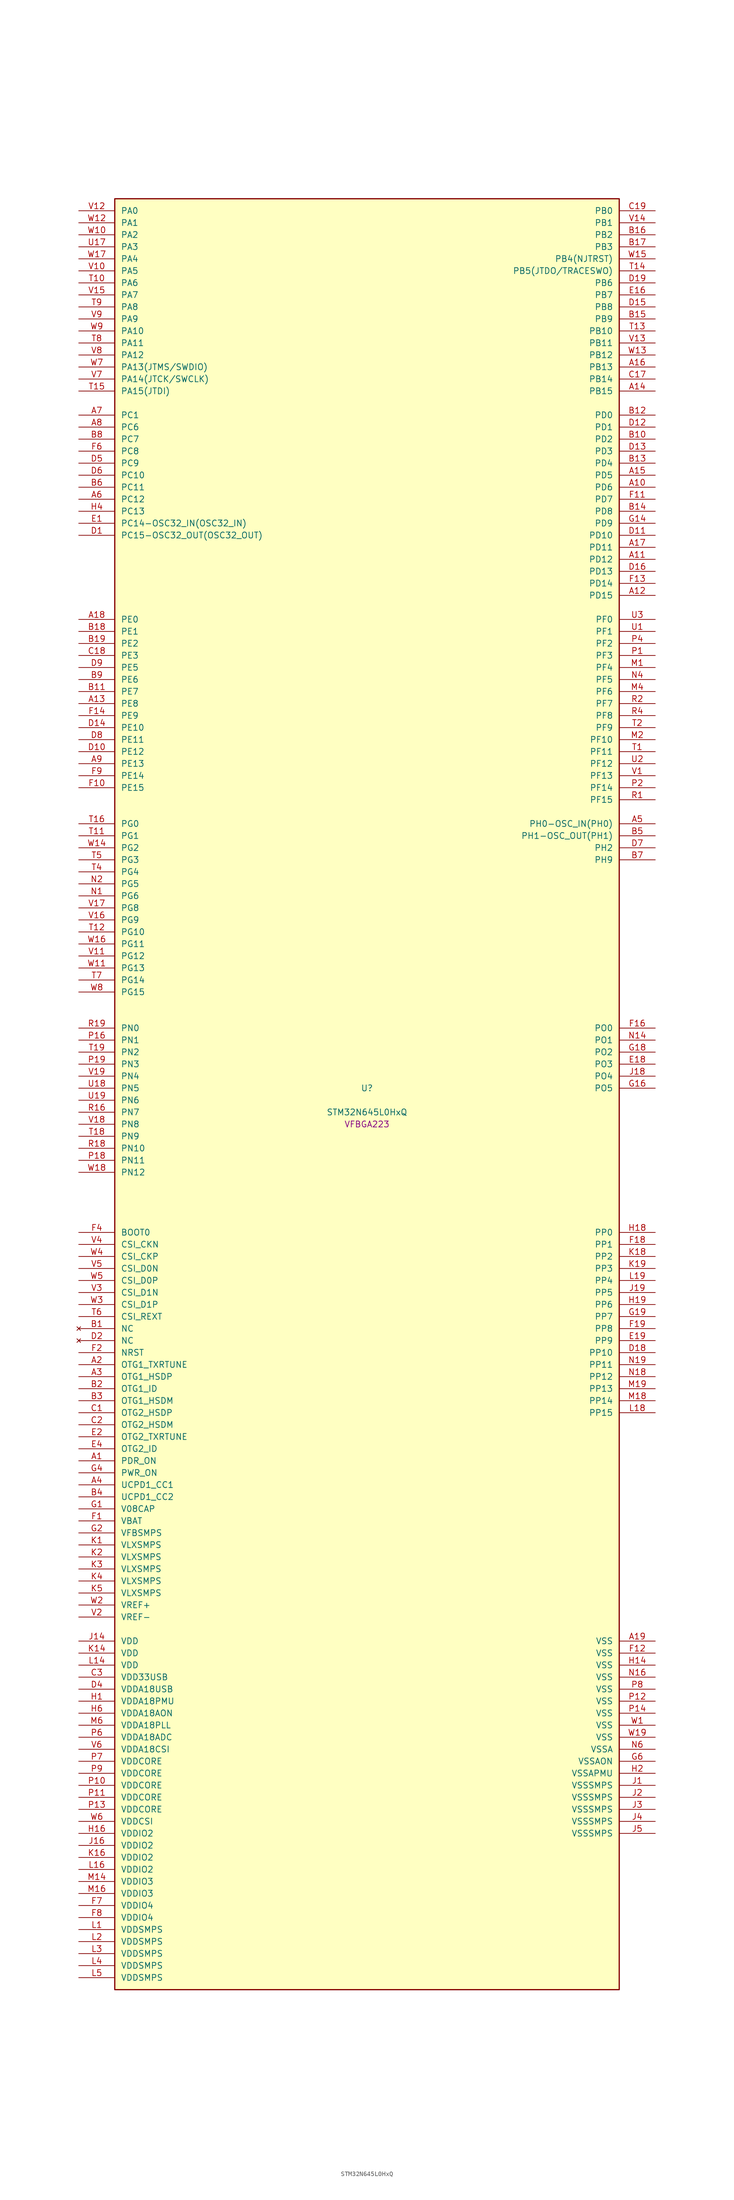
<source format=kicad_sym>
(kicad_symbol_lib
  (version 20241209)
  (generator "stm32_pkl_generator")
  (generator_version "1.0")
  (symbol "STM32N645L0HxQ"
    (pin_names
      (offset 1.27))
    (property "Reference" "U"
      (at 0 2.54 0))
    (property "Value" "STM32N645L0HxQ"
      (at 0 -2.54 0))
    (property "Footprint" "VFBGA223"
      (at 0 -5.08 0))
    (symbol "STM32N645L0HxQ_1_1"
      (rectangle (start -53.34 190.5) (end 53.34 -187.96) (stroke (width 0.254) (type solid)) (fill (type background)))
      (pin bidirectional line (at -60.96 187.96 0) (length 7.62) (name "PA0") (number "V12") (alternate "PA0/ADC1_INN1" bidirectional line) (alternate "PA0/ADC1_INP0" bidirectional line) (alternate "PA0/ADC2_INN1" bidirectional line) (alternate "PA0/ADC2_INP0" bidirectional line) (alternate "PA0/FMC_D7" bidirectional line) (alternate "PA0/FMC_DA7" bidirectional line) (alternate "PA0/HDP_HDP0" bidirectional line) (alternate "PA0/I2S6_WS" bidirectional line) (alternate "PA0/LTDC_G3" bidirectional line) (alternate "PA0/PWR_WKUP1" bidirectional line) (alternate "PA0/SAI2_SD_B" bidirectional line) (alternate "PA0/SDMMC2_CMD" bidirectional line) (alternate "PA0/SPI6_NSS" bidirectional line) (alternate "PA0/TIM15_BKIN" bidirectional line) (alternate "PA0/TIM2_CH1" bidirectional line) (alternate "PA0/TIM5_CH1" bidirectional line) (alternate "PA0/TIM9_CH1" bidirectional line) (alternate "PA0/UART4_TX" bidirectional line) (alternate "PA0/USART2_CTS" bidirectional line) (alternate "PA0/USART2_NSS" bidirectional line))
      (pin bidirectional line (at -60.96 185.42 0) (length 7.62) (name "PA1") (number "W12") (alternate "PA1/ADC1_INP1" bidirectional line) (alternate "PA1/ADC2_INP1" bidirectional line) (alternate "PA1/DCMIPP_D0" bidirectional line) (alternate "PA1/DCMI_D0" bidirectional line) (alternate "PA1/FMC_D6" bidirectional line) (alternate "PA1/FMC_DA6" bidirectional line) (alternate "PA1/HDP_HDP1" bidirectional line) (alternate "PA1/LPTIM3_IN1" bidirectional line) (alternate "PA1/LTDC_G2" bidirectional line) (alternate "PA1/PSSI_D0" bidirectional line) (alternate "PA1/SAI2_MCLK_B" bidirectional line) (alternate "PA1/TIM15_CH1N" bidirectional line) (alternate "PA1/TIM2_CH2" bidirectional line) (alternate "PA1/TIM5_CH2" bidirectional line) (alternate "PA1/UART4_RX" bidirectional line) (alternate "PA1/USART2_RTS" bidirectional line))
      (pin bidirectional line (at -60.96 182.88 0) (length 7.62) (name "PA2") (number "W10") (alternate "PA2/ADC1_INP14" bidirectional line) (alternate "PA2/ADC2_INP14" bidirectional line) (alternate "PA2/FMC_D5" bidirectional line) (alternate "PA2/FMC_DA5" bidirectional line) (alternate "PA2/HDP_HDP2" bidirectional line) (alternate "PA2/LPTIM3_IN2" bidirectional line) (alternate "PA2/LTDC_B7" bidirectional line) (alternate "PA2/MDIOS_MDIO" bidirectional line) (alternate "PA2/PWR_WKUP2" bidirectional line) (alternate "PA2/SAI2_SCK_B" bidirectional line) (alternate "PA2/TIM15_CH1" bidirectional line) (alternate "PA2/TIM2_CH3" bidirectional line) (alternate "PA2/TIM5_CH3" bidirectional line) (alternate "PA2/USART2_TX" bidirectional line))
      (pin bidirectional line (at -60.96 180.34 0) (length 7.62) (name "PA3") (number "U17") (alternate "PA3/FMC_A17" bidirectional line) (alternate "PA3/FMC_ALE" bidirectional line) (alternate "PA3/SAI1_SD_B" bidirectional line) (alternate "PA3/SPI5_NSS" bidirectional line) (alternate "PA3/TIM16_CH1" bidirectional line) (alternate "PA3/UART7_RX" bidirectional line))
      (pin bidirectional line (at -60.96 177.8 0) (length 7.62) (name "PA4") (number "W17") (alternate "PA4/DCMIPP_D3" bidirectional line) (alternate "PA4/DCMI_D3" bidirectional line) (alternate "PA4/FMC_A13" bidirectional line) (alternate "PA4/PSSI_D3" bidirectional line) (alternate "PA4/SPI5_MOSI" bidirectional line) (alternate "PA4/USART6_RX" bidirectional line))
      (pin bidirectional line (at -60.96 175.26 0) (length 7.62) (name "PA5") (number "V10") (alternate "PA5/ADC2_INP18" bidirectional line) (alternate "PA5/DCMIPP_D8" bidirectional line) (alternate "PA5/DCMI_D8" bidirectional line) (alternate "PA5/FMC_NOE" bidirectional line) (alternate "PA5/HDP_HDP5" bidirectional line) (alternate "PA5/I2S1_CK" bidirectional line) (alternate "PA5/I2S6_CK" bidirectional line) (alternate "PA5/I3C1_SCL" bidirectional line) (alternate "PA5/LTDC_CLK" bidirectional line) (alternate "PA5/PSSI_D8" bidirectional line) (alternate "PA5/PWR_CSTOP" bidirectional line) (alternate "PA5/SPI1_SCK" bidirectional line) (alternate "PA5/SPI6_SCK" bidirectional line) (alternate "PA5/TIM10_CH1" bidirectional line) (alternate "PA5/TIM2_CH1" bidirectional line) (alternate "PA5/TIM2_ETR" bidirectional line) (alternate "PA5/TIM9_CH2" bidirectional line))
      (pin bidirectional line (at -60.96 172.72 0) (length 7.62) (name "PA6") (number "T10") (alternate "PA6/ADC1_INP3" bidirectional line) (alternate "PA6/ADC2_INP3" bidirectional line) (alternate "PA6/BOOT1" bidirectional line) (alternate "PA6/DCMIPP_PIXCLK" bidirectional line) (alternate "PA6/DCMI_PIXCLK" bidirectional line) (alternate "PA6/HDP_HDP6" bidirectional line) (alternate "PA6/I2S1_SDI" bidirectional line) (alternate "PA6/I2S6_SDI" bidirectional line) (alternate "PA6/I3C1_SDA" bidirectional line) (alternate "PA6/LPTIM3_ETR" bidirectional line) (alternate "PA6/LTDC_B7" bidirectional line) (alternate "PA6/LTDC_HSYNC" bidirectional line) (alternate "PA6/MDIOS_MDC" bidirectional line) (alternate "PA6/PSSI_PDCK" bidirectional line) (alternate "PA6/SPI1_MISO" bidirectional line) (alternate "PA6/SPI6_MISO" bidirectional line) (alternate "PA6/TIM13_CH1" bidirectional line) (alternate "PA6/TIM1_BKIN" bidirectional line) (alternate "PA6/TIM3_CH1" bidirectional line))
      (pin bidirectional line (at -60.96 170.18 0) (length 7.62) (name "PA7") (number "V15") (alternate "PA7/HDP_HDP7" bidirectional line) (alternate "PA7/I2S1_SDO" bidirectional line) (alternate "PA7/I2S6_SDO" bidirectional line) (alternate "PA7/LTDC_B1" bidirectional line) (alternate "PA7/LTDC_R4" bidirectional line) (alternate "PA7/SPI1_MOSI" bidirectional line) (alternate "PA7/SPI6_MOSI" bidirectional line) (alternate "PA7/TIM14_CH1" bidirectional line) (alternate "PA7/TIM1_CH1N" bidirectional line) (alternate "PA7/TIM3_CH2" bidirectional line) (alternate "PA7/USART1_RX" bidirectional line))
      (pin bidirectional line (at -60.96 167.64 0) (length 7.62) (name "PA8") (number "T9") (alternate "PA8/ADC1_INP5" bidirectional line) (alternate "PA8/ADC2_INP5" bidirectional line) (alternate "PA8/FMC_D4" bidirectional line) (alternate "PA8/FMC_DA4" bidirectional line) (alternate "PA8/HDP_HDP0" bidirectional line) (alternate "PA8/I2C3_SCL" bidirectional line) (alternate "PA8/I3C2_SCL" bidirectional line) (alternate "PA8/LTDC_B6" bidirectional line) (alternate "PA8/RCC_MCO_1" bidirectional line) (alternate "PA8/TIM11_CH1" bidirectional line) (alternate "PA8/TIM1_CH1" bidirectional line) (alternate "PA8/UART7_RX" bidirectional line) (alternate "PA8/USART1_CK" bidirectional line))
      (pin bidirectional line (at -60.96 165.1 0) (length 7.62) (name "PA9") (number "V9") (alternate "PA9/ADC1_INP10" bidirectional line) (alternate "PA9/ADC2_INP10" bidirectional line) (alternate "PA9/DCMIPP_D0" bidirectional line) (alternate "PA9/DCMI_D0" bidirectional line) (alternate "PA9/FMC_D3" bidirectional line) (alternate "PA9/FMC_DA3" bidirectional line) (alternate "PA9/HDP_HDP1" bidirectional line) (alternate "PA9/I2C3_SDA" bidirectional line) (alternate "PA9/I2S2_CK" bidirectional line) (alternate "PA9/I3C2_SDA" bidirectional line) (alternate "PA9/LPUART1_TX" bidirectional line) (alternate "PA9/LTDC_B5" bidirectional line) (alternate "PA9/PSSI_D0" bidirectional line) (alternate "PA9/SPI2_SCK" bidirectional line) (alternate "PA9/TIM1_CH2" bidirectional line) (alternate "PA9/USART1_TX" bidirectional line))
      (pin bidirectional line (at -60.96 162.56 0) (length 7.62) (name "PA10") (number "W9") (alternate "PA10/ADC1_INN10" bidirectional line) (alternate "PA10/ADC1_INP11" bidirectional line) (alternate "PA10/ADC2_INN10" bidirectional line) (alternate "PA10/ADC2_INP11" bidirectional line) (alternate "PA10/DCMIPP_D1" bidirectional line) (alternate "PA10/DCMI_D1" bidirectional line) (alternate "PA10/FMC_D2" bidirectional line) (alternate "PA10/FMC_DA2" bidirectional line) (alternate "PA10/HDP_HDP2" bidirectional line) (alternate "PA10/LPUART1_RX" bidirectional line) (alternate "PA10/LTDC_B4" bidirectional line) (alternate "PA10/MDIOS_MDIO" bidirectional line) (alternate "PA10/PSSI_D1" bidirectional line) (alternate "PA10/PWR_CSLEEP" bidirectional line) (alternate "PA10/TIM1_CH3" bidirectional line) (alternate "PA10/USART1_RX" bidirectional line))
      (pin bidirectional line (at -60.96 160.02 0) (length 7.62) (name "PA11") (number "T8") (alternate "PA11/ADC1_EXTI11" bidirectional line) (alternate "PA11/ADC1_INN11" bidirectional line) (alternate "PA11/ADC1_INP12" bidirectional line) (alternate "PA11/ADC2_EXTI11" bidirectional line) (alternate "PA11/ADC2_INN11" bidirectional line) (alternate "PA11/ADC2_INP12" bidirectional line) (alternate "PA11/FDCAN1_RX" bidirectional line) (alternate "PA11/FMC_D1" bidirectional line) (alternate "PA11/FMC_DA1" bidirectional line) (alternate "PA11/HDP_HDP3" bidirectional line) (alternate "PA11/I2S2_WS" bidirectional line) (alternate "PA11/LPUART1_CTS" bidirectional line) (alternate "PA11/LTDC_B3" bidirectional line) (alternate "PA11/SPI2_NSS" bidirectional line) (alternate "PA11/TIM1_CH4" bidirectional line) (alternate "PA11/UART4_RX" bidirectional line) (alternate "PA11/USART1_CTS" bidirectional line) (alternate "PA11/USART1_NSS" bidirectional line))
      (pin bidirectional line (at -60.96 157.48 0) (length 7.62) (name "PA12") (number "V8") (alternate "PA12/ADC1_INN12" bidirectional line) (alternate "PA12/ADC1_INP13" bidirectional line) (alternate "PA12/ADC2_INN12" bidirectional line) (alternate "PA12/ADC2_INP13" bidirectional line) (alternate "PA12/FDCAN1_TX" bidirectional line) (alternate "PA12/FMC_D0" bidirectional line) (alternate "PA12/FMC_DA0" bidirectional line) (alternate "PA12/HDP_HDP4" bidirectional line) (alternate "PA12/I2S2_CK" bidirectional line) (alternate "PA12/LPUART1_RTS" bidirectional line) (alternate "PA12/LTDC_B2" bidirectional line) (alternate "PA12/SAI2_FS_B" bidirectional line) (alternate "PA12/SPI2_SCK" bidirectional line) (alternate "PA12/TIM1_ETR" bidirectional line) (alternate "PA12/UART4_TX" bidirectional line) (alternate "PA12/USART1_RTS" bidirectional line))
      (pin bidirectional line (at -60.96 154.94 0) (length 7.62) (name "PA13(JTMS/SWDIO)") (number "W7") (alternate "PA13(JTMS/SWDIO)/DEBUG_JTMS-SWDIO" bidirectional line) (alternate "PA13(JTMS/SWDIO)/HDP_HDP5" bidirectional line))
      (pin bidirectional line (at -60.96 152.4 0) (length 7.62) (name "PA14(JTCK/SWCLK)") (number "V7") (alternate "PA14(JTCK/SWCLK)/DEBUG_JTCK-SWCLK" bidirectional line) (alternate "PA14(JTCK/SWCLK)/HDP_HDP6" bidirectional line))
      (pin bidirectional line (at -60.96 149.86 0) (length 7.62) (name "PA15(JTDI)") (number "T15") (alternate "PA15(JTDI)/ADC1_EXTI15" bidirectional line) (alternate "PA15(JTDI)/ADC2_EXTI15" bidirectional line) (alternate "PA15(JTDI)/DEBUG_JTDI" bidirectional line) (alternate "PA15(JTDI)/FMC_D15" bidirectional line) (alternate "PA15(JTDI)/FMC_DA15" bidirectional line) (alternate "PA15(JTDI)/HDP_HDP7" bidirectional line) (alternate "PA15(JTDI)/I2S1_WS" bidirectional line) (alternate "PA15(JTDI)/I2S3_WS" bidirectional line) (alternate "PA15(JTDI)/I2S6_WS" bidirectional line) (alternate "PA15(JTDI)/LTDC_R5" bidirectional line) (alternate "PA15(JTDI)/SPI1_NSS" bidirectional line) (alternate "PA15(JTDI)/SPI3_NSS" bidirectional line) (alternate "PA15(JTDI)/SPI6_NSS" bidirectional line) (alternate "PA15(JTDI)/TIM2_CH1" bidirectional line) (alternate "PA15(JTDI)/TIM2_ETR" bidirectional line) (alternate "PA15(JTDI)/UART4_DE" bidirectional line) (alternate "PA15(JTDI)/UART4_RTS" bidirectional line) (alternate "PA15(JTDI)/UART7_TX" bidirectional line))
      (pin bidirectional line (at 60.96 187.96 180) (length 7.62) (name "PB0") (number "C19") (alternate "PB0/ADF1_SDI0" bidirectional line) (alternate "PB0/DCMIPP_D4" bidirectional line) (alternate "PB0/DCMI_D4" bidirectional line) (alternate "PB0/DEBUG_TRACED1" bidirectional line) (alternate "PB0/FMC_D13" bidirectional line) (alternate "PB0/FMC_DA13" bidirectional line) (alternate "PB0/MDF1_SDI2" bidirectional line) (alternate "PB0/PSSI_D4" bidirectional line) (alternate "PB0/SAI1_D2" bidirectional line) (alternate "PB0/SAI1_FS_A" bidirectional line) (alternate "PB0/SPI4_NSS" bidirectional line) (alternate "PB0/TIM15_CH1N" bidirectional line) (alternate "PB0/TIM1_CH4" bidirectional line))
      (pin bidirectional line (at 60.96 185.42 180) (length 7.62) (name "PB1") (number "V14") (alternate "PB1/FDCAN2_TX" bidirectional line) (alternate "PB1/FMC_NOE" bidirectional line) (alternate "PB1/HDP_HDP1" bidirectional line) (alternate "PB1/LTDC_R1" bidirectional line) (alternate "PB1/TIM1_CH3N" bidirectional line) (alternate "PB1/TIM3_CH4" bidirectional line) (alternate "PB1/TIM9_CH2" bidirectional line) (alternate "PB1/USART2_TX" bidirectional line))
      (pin bidirectional line (at 60.96 182.88 180) (length 7.62) (name "PB2") (number "B16") (alternate "PB2/ADF1_SDI0" bidirectional line) (alternate "PB2/FMC_D2" bidirectional line) (alternate "PB2/FMC_DA2" bidirectional line) (alternate "PB2/HDP_HDP2" bidirectional line) (alternate "PB2/I2S3_SDO" bidirectional line) (alternate "PB2/LTDC_B2" bidirectional line) (alternate "PB2/MDF1_SDI1" bidirectional line) (alternate "PB2/RTC_OUT2" bidirectional line) (alternate "PB2/SAI1_D1" bidirectional line) (alternate "PB2/SAI1_SD_A" bidirectional line) (alternate "PB2/SPI3_MOSI" bidirectional line) (alternate "PB2/TIM1_CH1" bidirectional line))
      (pin bidirectional line (at 60.96 180.34 180) (length 7.62) (name "PB3") (number "B17") (alternate "PB3/DEBUG_JTDO-SWO" bidirectional line) (alternate "PB3/DEBUG_TRACECLK" bidirectional line) (alternate "PB3/FMC_A23" bidirectional line) (alternate "PB3/FMC_NBL1" bidirectional line) (alternate "PB3/GFXTIM_FCKCAL" bidirectional line) (alternate "PB3/GFXTIM_LCKCAL" bidirectional line) (alternate "PB3/HDP_HDP0" bidirectional line) (alternate "PB3/MDF1_CKI1" bidirectional line) (alternate "PB3/SAI2_FS_B" bidirectional line) (alternate "PB3/TIM1_CH4N" bidirectional line) (alternate "PB3/USART1_CK" bidirectional line))
      (pin bidirectional line (at 60.96 177.8 180) (length 7.62) (name "PB4(NJTRST)") (number "W15") (alternate "PB4(NJTRST)/DCMIPP_VSYNC" bidirectional line) (alternate "PB4(NJTRST)/DCMI_VSYNC" bidirectional line) (alternate "PB4(NJTRST)/DEBUG_NJTRST" bidirectional line) (alternate "PB4(NJTRST)/FMC_D13" bidirectional line) (alternate "PB4(NJTRST)/FMC_DA13" bidirectional line) (alternate "PB4(NJTRST)/HDP_HDP4" bidirectional line) (alternate "PB4(NJTRST)/I2S1_SDI" bidirectional line) (alternate "PB4(NJTRST)/I2S2_WS" bidirectional line) (alternate "PB4(NJTRST)/I2S3_SDI" bidirectional line) (alternate "PB4(NJTRST)/I2S6_SDI" bidirectional line) (alternate "PB4(NJTRST)/LTDC_R3" bidirectional line) (alternate "PB4(NJTRST)/PSSI_RDY" bidirectional line) (alternate "PB4(NJTRST)/SDMMC2_D3" bidirectional line) (alternate "PB4(NJTRST)/SPI1_MISO" bidirectional line) (alternate "PB4(NJTRST)/SPI2_NSS" bidirectional line) (alternate "PB4(NJTRST)/SPI3_MISO" bidirectional line) (alternate "PB4(NJTRST)/SPI6_MISO" bidirectional line) (alternate "PB4(NJTRST)/TIM16_BKIN" bidirectional line) (alternate "PB4(NJTRST)/TIM3_CH1" bidirectional line) (alternate "PB4(NJTRST)/UART7_TX" bidirectional line))
      (pin bidirectional line (at 60.96 175.26 180) (length 7.62) (name "PB5(JTDO/TRACESWO)") (number "T14") (alternate "PB5(JTDO/TRACESWO)/DCMIPP_D10" bidirectional line) (alternate "PB5(JTDO/TRACESWO)/DCMI_D10" bidirectional line) (alternate "PB5(JTDO/TRACESWO)/DEBUG_JTDO-SWO" bidirectional line) (alternate "PB5(JTDO/TRACESWO)/FDCAN2_RX" bidirectional line) (alternate "PB5(JTDO/TRACESWO)/FMC_D12" bidirectional line) (alternate "PB5(JTDO/TRACESWO)/FMC_DA12" bidirectional line) (alternate "PB5(JTDO/TRACESWO)/HDP_HDP5" bidirectional line) (alternate "PB5(JTDO/TRACESWO)/I2C1_SMBA" bidirectional line) (alternate "PB5(JTDO/TRACESWO)/I2S1_SDO" bidirectional line) (alternate "PB5(JTDO/TRACESWO)/I2S3_SDO" bidirectional line) (alternate "PB5(JTDO/TRACESWO)/I2S6_SDO" bidirectional line) (alternate "PB5(JTDO/TRACESWO)/LTDC_R2" bidirectional line) (alternate "PB5(JTDO/TRACESWO)/PSSI_D10" bidirectional line) (alternate "PB5(JTDO/TRACESWO)/SPI1_MOSI" bidirectional line) (alternate "PB5(JTDO/TRACESWO)/SPI3_MOSI" bidirectional line) (alternate "PB5(JTDO/TRACESWO)/SPI6_MOSI" bidirectional line) (alternate "PB5(JTDO/TRACESWO)/TIM17_BKIN" bidirectional line) (alternate "PB5(JTDO/TRACESWO)/TIM3_CH2" bidirectional line) (alternate "PB5(JTDO/TRACESWO)/UART5_RX" bidirectional line))
      (pin bidirectional line (at 60.96 172.72 180) (length 7.62) (name "PB6") (number "D19") (alternate "PB6/ADF1_CCK1" bidirectional line) (alternate "PB6/DCMIPP_D6" bidirectional line) (alternate "PB6/DCMI_D6" bidirectional line) (alternate "PB6/DEBUG_TRACED2" bidirectional line) (alternate "PB6/FMC_D14" bidirectional line) (alternate "PB6/FMC_DA14" bidirectional line) (alternate "PB6/MDF1_CCK1" bidirectional line) (alternate "PB6/PSSI_D6" bidirectional line) (alternate "PB6/SAI1_CK2" bidirectional line) (alternate "PB6/SAI1_SCK_A" bidirectional line) (alternate "PB6/SPI4_MISO" bidirectional line) (alternate "PB6/TIM15_CH1" bidirectional line))
      (pin bidirectional line (at 60.96 170.18 180) (length 7.62) (name "PB7") (number "E16") (alternate "PB7/ADF1_SDI0" bidirectional line) (alternate "PB7/DCMIPP_D7" bidirectional line) (alternate "PB7/DCMI_D7" bidirectional line) (alternate "PB7/DEBUG_TRACED3" bidirectional line) (alternate "PB7/FMC_D15" bidirectional line) (alternate "PB7/FMC_DA15" bidirectional line) (alternate "PB7/MDF1_SDI1" bidirectional line) (alternate "PB7/PSSI_D7" bidirectional line) (alternate "PB7/SAI1_D1" bidirectional line) (alternate "PB7/SAI1_SD_A" bidirectional line) (alternate "PB7/SAI2_MCLK_B" bidirectional line) (alternate "PB7/SPI4_MOSI" bidirectional line) (alternate "PB7/TIM15_CH2" bidirectional line) (alternate "PB7/TIM1_BKIN2" bidirectional line))
      (pin bidirectional line (at 60.96 167.64 180) (length 7.62) (name "PB8") (number "D15") (alternate "PB8/DCMIPP_VSYNC" bidirectional line) (alternate "PB8/DCMI_VSYNC" bidirectional line) (alternate "PB8/FMC_D1" bidirectional line) (alternate "PB8/FMC_DA1" bidirectional line) (alternate "PB8/I2S1_SDI" bidirectional line) (alternate "PB8/PSSI_RDY" bidirectional line) (alternate "PB8/SAI2_FS_B" bidirectional line) (alternate "PB8/SDMMC2_D0" bidirectional line) (alternate "PB8/SPDIFRX1_IN3" bidirectional line) (alternate "PB8/SPI1_MISO" bidirectional line) (alternate "PB8/USART6_RX" bidirectional line))
      (pin bidirectional line (at 60.96 165.1 180) (length 7.62) (name "PB9") (number "B15") (alternate "PB9/DCMIPP_D3" bidirectional line) (alternate "PB9/DCMI_D3" bidirectional line) (alternate "PB9/FMC_D3" bidirectional line) (alternate "PB9/FMC_DA3" bidirectional line) (alternate "PB9/I2S1_CK" bidirectional line) (alternate "PB9/LPTIM1_IN2" bidirectional line) (alternate "PB9/PSSI_D3" bidirectional line) (alternate "PB9/SDMMC2_D2" bidirectional line) (alternate "PB9/SPDIFRX1_IN0" bidirectional line) (alternate "PB9/SPI1_SCK" bidirectional line) (alternate "PB9/USART10_TX" bidirectional line))
      (pin bidirectional line (at 60.96 162.56 180) (length 7.62) (name "PB10") (number "T13") (alternate "PB10/ADC1_INN4" bidirectional line) (alternate "PB10/ADC1_INP8" bidirectional line) (alternate "PB10/ADC2_INN4" bidirectional line) (alternate "PB10/ADC2_INP8" bidirectional line) (alternate "PB10/FMC_D11" bidirectional line) (alternate "PB10/FMC_DA11" bidirectional line) (alternate "PB10/HDP_HDP2" bidirectional line) (alternate "PB10/I2C2_SCL" bidirectional line) (alternate "PB10/I2S2_CK" bidirectional line) (alternate "PB10/I3C2_SCL" bidirectional line) (alternate "PB10/LPTIM2_IN1" bidirectional line) (alternate "PB10/LTDC_G7" bidirectional line) (alternate "PB10/SPI2_SCK" bidirectional line) (alternate "PB10/TIM2_CH3" bidirectional line) (alternate "PB10/USART3_TX" bidirectional line))
      (pin bidirectional line (at 60.96 160.02 180) (length 7.62) (name "PB11") (number "V13") (alternate "PB11/ADC1_EXTI11" bidirectional line) (alternate "PB11/ADC1_INP4" bidirectional line) (alternate "PB11/ADC2_EXTI11" bidirectional line) (alternate "PB11/ADC2_INP4" bidirectional line) (alternate "PB11/FMC_D10" bidirectional line) (alternate "PB11/FMC_DA10" bidirectional line) (alternate "PB11/HDP_HDP3" bidirectional line) (alternate "PB11/I2C2_SDA" bidirectional line) (alternate "PB11/I3C2_SDA" bidirectional line) (alternate "PB11/LPTIM2_ETR" bidirectional line) (alternate "PB11/LTDC_G6" bidirectional line) (alternate "PB11/TIM2_CH4" bidirectional line) (alternate "PB11/USART3_RX" bidirectional line))
      (pin bidirectional line (at 60.96 157.48 180) (length 7.62) (name "PB12") (number "W13") (alternate "PB12/FDCAN2_RX" bidirectional line) (alternate "PB12/FMC_D9" bidirectional line) (alternate "PB12/FMC_DA9" bidirectional line) (alternate "PB12/HDP_HDP4" bidirectional line) (alternate "PB12/I2C2_SMBA" bidirectional line) (alternate "PB12/I2S2_WS" bidirectional line) (alternate "PB12/LPTIM2_IN2" bidirectional line) (alternate "PB12/LTDC_G5" bidirectional line) (alternate "PB12/SPI2_NSS" bidirectional line) (alternate "PB12/TIM1_BKIN" bidirectional line) (alternate "PB12/UART5_RX" bidirectional line) (alternate "PB12/USART3_CK" bidirectional line))
      (pin bidirectional line (at 60.96 154.94 180) (length 7.62) (name "PB13") (number "A16") (alternate "PB13/DEBUG_TRACED0" bidirectional line) (alternate "PB13/FMC_D5" bidirectional line) (alternate "PB13/FMC_DA5" bidirectional line) (alternate "PB13/I2S6_CK" bidirectional line) (alternate "PB13/LPTIM1_CH1" bidirectional line) (alternate "PB13/LTDC_CLK" bidirectional line) (alternate "PB13/SDMMC2_D6" bidirectional line) (alternate "PB13/SPI6_SCK" bidirectional line) (alternate "PB13/USART10_CTS" bidirectional line) (alternate "PB13/USART10_NSS" bidirectional line) (alternate "PB13/USART6_CTS" bidirectional line) (alternate "PB13/USART6_NSS" bidirectional line))
      (pin bidirectional line (at 60.96 152.4 180) (length 7.62) (name "PB14") (number "C17") (alternate "PB14/DCMIPP_D10" bidirectional line) (alternate "PB14/DCMI_D10" bidirectional line) (alternate "PB14/FMC_D7" bidirectional line) (alternate "PB14/FMC_DA7" bidirectional line) (alternate "PB14/LPTIM1_CH2" bidirectional line) (alternate "PB14/LTDC_HSYNC" bidirectional line) (alternate "PB14/PSSI_D10" bidirectional line) (alternate "PB14/USART10_CK" bidirectional line) (alternate "PB14/USART6_CTS" bidirectional line) (alternate "PB14/USART6_NSS" bidirectional line))
      (pin bidirectional line (at 60.96 149.86 180) (length 7.62) (name "PB15") (number "A14") (alternate "PB15/ADC1_EXTI15" bidirectional line) (alternate "PB15/ADC2_EXTI15" bidirectional line) (alternate "PB15/FMC_D0" bidirectional line) (alternate "PB15/FMC_DA0" bidirectional line) (alternate "PB15/I2S6_WS" bidirectional line) (alternate "PB15/LTDC_G4" bidirectional line) (alternate "PB15/SPDIFRX1_IN2" bidirectional line) (alternate "PB15/SPI6_NSS" bidirectional line) (alternate "PB15/USART6_RTS" bidirectional line))
      (pin bidirectional line (at -60.96 144.78 0) (length 7.62) (name "PC1") (number "A7") (alternate "PC1/DCMIPP_D7" bidirectional line) (alternate "PC1/DCMI_D7" bidirectional line) (alternate "PC1/FDCAN1_TX" bidirectional line) (alternate "PC1/HDP_HDP1" bidirectional line) (alternate "PC1/I2C1_SDA" bidirectional line) (alternate "PC1/I2S2_WS" bidirectional line) (alternate "PC1/I3C1_SDA" bidirectional line) (alternate "PC1/PSSI_D7" bidirectional line) (alternate "PC1/SDMMC1_CDIR" bidirectional line) (alternate "PC1/SDMMC1_D5" bidirectional line) (alternate "PC1/SDMMC2_D5" bidirectional line) (alternate "PC1/SPI2_NSS" bidirectional line) (alternate "PC1/TIM17_CH1" bidirectional line) (alternate "PC1/TIM4_CH4" bidirectional line) (alternate "PC1/UART4_TX" bidirectional line))
      (pin bidirectional line (at -60.96 142.24 0) (length 7.62) (name "PC6") (number "A8") (alternate "PC6/DCMIPP_D1" bidirectional line) (alternate "PC6/DCMI_D1" bidirectional line) (alternate "PC6/HDP_HDP6" bidirectional line) (alternate "PC6/I2S2_MCK" bidirectional line) (alternate "PC6/PSSI_D1" bidirectional line) (alternate "PC6/SDMMC1_D0DIR" bidirectional line) (alternate "PC6/SDMMC1_D6" bidirectional line) (alternate "PC6/SDMMC2_D6" bidirectional line) (alternate "PC6/TIM1_CH1" bidirectional line) (alternate "PC6/TIM3_CH1" bidirectional line) (alternate "PC6/TIM9_CH1" bidirectional line) (alternate "PC6/USART6_TX" bidirectional line))
      (pin bidirectional line (at -60.96 139.7 0) (length 7.62) (name "PC7") (number "B8") (alternate "PC7/DCMIPP_D1" bidirectional line) (alternate "PC7/DCMI_D1" bidirectional line) (alternate "PC7/DEBUG_TRGIO" bidirectional line) (alternate "PC7/HDP_HDP7" bidirectional line) (alternate "PC7/I2S3_MCK" bidirectional line) (alternate "PC7/PSSI_D1" bidirectional line) (alternate "PC7/SDMMC1_D123DIR" bidirectional line) (alternate "PC7/SDMMC1_D7" bidirectional line) (alternate "PC7/SDMMC2_D7" bidirectional line) (alternate "PC7/TIM16_CH1N" bidirectional line) (alternate "PC7/TIM3_CH2" bidirectional line) (alternate "PC7/TIM9_CH2" bidirectional line) (alternate "PC7/USART6_RX" bidirectional line))
      (pin bidirectional line (at -60.96 137.16 0) (length 7.62) (name "PC8") (number "F6") (alternate "PC8/DCMIPP_D2" bidirectional line) (alternate "PC8/DCMI_D2" bidirectional line) (alternate "PC8/DEBUG_TRACED1" bidirectional line) (alternate "PC8/FMC_NE4" bidirectional line) (alternate "PC8/HDP_HDP0" bidirectional line) (alternate "PC8/I2C3_SMBA" bidirectional line) (alternate "PC8/LTDC_B0" bidirectional line) (alternate "PC8/PSSI_D2" bidirectional line) (alternate "PC8/SDMMC1_D0" bidirectional line) (alternate "PC8/TIM3_CH3" bidirectional line) (alternate "PC8/UART5_DE" bidirectional line) (alternate "PC8/UART5_RTS" bidirectional line) (alternate "PC8/UCPD1_FRSTX1" bidirectional line) (alternate "PC8/USART6_CK" bidirectional line))
      (pin bidirectional line (at -60.96 134.62 0) (length 7.62) (name "PC9") (number "D5") (alternate "PC9/AUDIOCLK" bidirectional line) (alternate "PC9/DCMIPP_D3" bidirectional line) (alternate "PC9/DCMI_D3" bidirectional line) (alternate "PC9/HDP_HDP1" bidirectional line) (alternate "PC9/I2C3_SDA" bidirectional line) (alternate "PC9/LTDC_B3" bidirectional line) (alternate "PC9/PSSI_D3" bidirectional line) (alternate "PC9/RCC_MCO_2" bidirectional line) (alternate "PC9/SDMMC1_D1" bidirectional line) (alternate "PC9/TIM3_CH4" bidirectional line) (alternate "PC9/UART5_CTS" bidirectional line) (alternate "PC9/UCPD1_FRSTX2" bidirectional line) (alternate "PC9/USART6_RX" bidirectional line))
      (pin bidirectional line (at -60.96 132.08 0) (length 7.62) (name "PC10") (number "D6") (alternate "PC10/DCMIPP_D14" bidirectional line) (alternate "PC10/FMC_CLK" bidirectional line) (alternate "PC10/HDP_HDP2" bidirectional line) (alternate "PC10/I2C4_SCL" bidirectional line) (alternate "PC10/I2S3_CK" bidirectional line) (alternate "PC10/I3C2_SCL" bidirectional line) (alternate "PC10/PSSI_D14" bidirectional line) (alternate "PC10/SDMMC1_D2" bidirectional line) (alternate "PC10/SPI3_SCK" bidirectional line) (alternate "PC10/TIM1_BKIN" bidirectional line) (alternate "PC10/UART4_TX" bidirectional line) (alternate "PC10/USART3_TX" bidirectional line))
      (pin bidirectional line (at -60.96 129.54 0) (length 7.62) (name "PC11") (number "B6") (alternate "PC11/ADC1_EXTI11" bidirectional line) (alternate "PC11/ADC2_EXTI11" bidirectional line) (alternate "PC11/DCMIPP_D4" bidirectional line) (alternate "PC11/DCMI_D4" bidirectional line) (alternate "PC11/HDP_HDP3" bidirectional line) (alternate "PC11/I2C4_SDA" bidirectional line) (alternate "PC11/I2S3_SDI" bidirectional line) (alternate "PC11/I3C2_SDA" bidirectional line) (alternate "PC11/PSSI_D4" bidirectional line) (alternate "PC11/SDMMC1_D3" bidirectional line) (alternate "PC11/SPI3_MISO" bidirectional line) (alternate "PC11/UART4_RX" bidirectional line) (alternate "PC11/USART3_RX" bidirectional line))
      (pin bidirectional line (at -60.96 127 0) (length 7.62) (name "PC12") (number "A6") (alternate "PC12/DCMIPP_D9" bidirectional line) (alternate "PC12/DCMI_D9" bidirectional line) (alternate "PC12/DEBUG_TRACED3" bidirectional line) (alternate "PC12/FMC_NL" bidirectional line) (alternate "PC12/HDP_HDP4" bidirectional line) (alternate "PC12/I2S3_SDO" bidirectional line) (alternate "PC12/I2S6_CK" bidirectional line) (alternate "PC12/PSSI_D9" bidirectional line) (alternate "PC12/SDMMC1_CK" bidirectional line) (alternate "PC12/SPI3_MOSI" bidirectional line) (alternate "PC12/SPI6_SCK" bidirectional line) (alternate "PC12/TIM15_CH1" bidirectional line) (alternate "PC12/TIM1_CH4" bidirectional line) (alternate "PC12/UART5_TX" bidirectional line) (alternate "PC12/USART3_CK" bidirectional line))
      (pin bidirectional line (at -60.96 124.46 0) (length 7.62) (name "PC13") (number "H4") (alternate "PC13/HDP_HDP5" bidirectional line) (alternate "PC13/PWR_WKUP3" bidirectional line) (alternate "PC13/RTC_OUT1" bidirectional line) (alternate "PC13/RTC_TS" bidirectional line) (alternate "PC13/TAMP_IN1" bidirectional line) (alternate "PC13/TAMP_OUT2" bidirectional line))
      (pin bidirectional line (at -60.96 121.92 0) (length 7.62) (name "PC14-OSC32_IN(OSC32_IN)") (number "E1") (alternate "PC14-OSC32_IN(OSC32_IN)/RCC_OSC32_IN" bidirectional line))
      (pin bidirectional line (at -60.96 119.38 0) (length 7.62) (name "PC15-OSC32_OUT(OSC32_OUT)") (number "D1") (alternate "PC15-OSC32_OUT(OSC32_OUT)/ADC1_EXTI15" bidirectional line) (alternate "PC15-OSC32_OUT(OSC32_OUT)/ADC2_EXTI15" bidirectional line) (alternate "PC15-OSC32_OUT(OSC32_OUT)/RCC_OSC32_OUT" bidirectional line))
      (pin bidirectional line (at 60.96 144.78 180) (length 7.62) (name "PD0") (number "B12") (alternate "PD0/DCMIPP_HSYNC" bidirectional line) (alternate "PD0/DCMI_HSYNC" bidirectional line) (alternate "PD0/FDCAN1_RX" bidirectional line) (alternate "PD0/FMC_A6" bidirectional line) (alternate "PD0/FMC_A22" bidirectional line) (alternate "PD0/PSSI_DE" bidirectional line) (alternate "PD0/TIM1_ETR" bidirectional line) (alternate "PD0/UART4_RX" bidirectional line) (alternate "PD0/UART9_CTS" bidirectional line))
      (pin bidirectional line (at 60.96 142.24 180) (length 7.62) (name "PD1") (number "D12") (alternate "PD1/ETH1_MDC" bidirectional line) (alternate "PD1/FDCAN1_TX" bidirectional line) (alternate "PD1/FMC_A7" bidirectional line) (alternate "PD1/FMC_A23" bidirectional line) (alternate "PD1/UART4_TX" bidirectional line))
      (pin bidirectional line (at 60.96 139.7 180) (length 7.62) (name "PD2") (number "B10") (alternate "PD2/ADF1_SDI0" bidirectional line) (alternate "PD2/DEBUG_TRACED0" bidirectional line) (alternate "PD2/FMC_A0" bidirectional line) (alternate "PD2/FMC_A16" bidirectional line) (alternate "PD2/FMC_CLE" bidirectional line) (alternate "PD2/HDP_HDP1" bidirectional line) (alternate "PD2/I2S2_SDO" bidirectional line) (alternate "PD2/MDF1_SDI1" bidirectional line) (alternate "PD2/MDIOS_MDC" bidirectional line) (alternate "PD2/PWR_WKUP4" bidirectional line) (alternate "PD2/SAI1_D1" bidirectional line) (alternate "PD2/SAI1_SD_A" bidirectional line) (alternate "PD2/SDMMC2_CK" bidirectional line) (alternate "PD2/SPI2_MOSI" bidirectional line) (alternate "PD2/TIM15_CH1N" bidirectional line) (alternate "PD2/TIM1_CH3" bidirectional line))
      (pin bidirectional line (at 60.96 137.16 180) (length 7.62) (name "PD3") (number "D13") (alternate "PD3/DCMIPP_D14" bidirectional line) (alternate "PD3/ETH1_PHY_INTN" bidirectional line) (alternate "PD3/FMC_A10" bidirectional line) (alternate "PD3/I2C2_SMBA" bidirectional line) (alternate "PD3/PSSI_D14" bidirectional line) (alternate "PD3/USART10_RX" bidirectional line) (alternate "PD3/USART6_CTS" bidirectional line))
      (pin bidirectional line (at 60.96 134.62 180) (length 7.62) (name "PD4") (number "B13") (alternate "PD4/DCMIPP_D9" bidirectional line) (alternate "PD4/DCMI_D9" bidirectional line) (alternate "PD4/FMC_A11" bidirectional line) (alternate "PD4/I2C2_SDA" bidirectional line) (alternate "PD4/PSSI_D9" bidirectional line) (alternate "PD4/SPI5_MISO" bidirectional line) (alternate "PD4/TAMP_IN7" bidirectional line) (alternate "PD4/TAMP_OUT8" bidirectional line) (alternate "PD4/TIM1_BKIN2" bidirectional line) (alternate "PD4/USART6_RTS" bidirectional line))
      (pin bidirectional line (at 60.96 132.08 180) (length 7.62) (name "PD5") (number "A15") (alternate "PD5/DCMIPP_PIXCLK" bidirectional line) (alternate "PD5/DCMI_PIXCLK" bidirectional line) (alternate "PD5/FMC_D6" bidirectional line) (alternate "PD5/FMC_DA6" bidirectional line) (alternate "PD5/PSSI_PDCK" bidirectional line) (alternate "PD5/SDMMC2_D7" bidirectional line) (alternate "PD5/TIM1_CH4N" bidirectional line) (alternate "PD5/USART2_TX" bidirectional line))
      (pin bidirectional line (at 60.96 129.54 180) (length 7.62) (name "PD6") (number "A10") (alternate "PD6/FMC_A1" bidirectional line) (alternate "PD6/FMC_A17" bidirectional line) (alternate "PD6/FMC_ALE" bidirectional line) (alternate "PD6/HDP_HDP2" bidirectional line) (alternate "PD6/I2S2_SDI" bidirectional line) (alternate "PD6/SPI2_MISO" bidirectional line) (alternate "PD6/TIM15_CH2" bidirectional line) (alternate "PD6/TIM1_CH1" bidirectional line))
      (pin bidirectional line (at 60.96 127 180) (length 7.62) (name "PD7") (number "F11") (alternate "PD7/DCMIPP_D0" bidirectional line) (alternate "PD7/DCMI_D0" bidirectional line) (alternate "PD7/FMC_A2" bidirectional line) (alternate "PD7/FMC_A18" bidirectional line) (alternate "PD7/HDP_HDP3" bidirectional line) (alternate "PD7/I2S2_SDO" bidirectional line) (alternate "PD7/I2S3_WS" bidirectional line) (alternate "PD7/PSSI_D0" bidirectional line) (alternate "PD7/SPI2_MOSI" bidirectional line) (alternate "PD7/SPI3_NSS" bidirectional line) (alternate "PD7/TIM15_CH1N" bidirectional line) (alternate "PD7/TIM1_CH2" bidirectional line))
      (pin bidirectional line (at 60.96 124.46 180) (length 7.62) (name "PD8") (number "B14") (alternate "PD8/DCMIPP_D11" bidirectional line) (alternate "PD8/DCMI_D11" bidirectional line) (alternate "PD8/FMC_NBL0" bidirectional line) (alternate "PD8/LTDC_R7" bidirectional line) (alternate "PD8/PSSI_D11" bidirectional line) (alternate "PD8/SPDIFRX1_IN1" bidirectional line) (alternate "PD8/TAMP_IN3" bidirectional line) (alternate "PD8/TAMP_OUT4" bidirectional line) (alternate "PD8/USART3_TX" bidirectional line))
      (pin bidirectional line (at 60.96 121.92 180) (length 7.62) (name "PD9") (number "G14") (alternate "PD9/DCMIPP_D11" bidirectional line) (alternate "PD9/DCMI_D11" bidirectional line) (alternate "PD9/FMC_SDCLK" bidirectional line) (alternate "PD9/LTDC_R1" bidirectional line) (alternate "PD9/PSSI_D11" bidirectional line) (alternate "PD9/TAMP_IN5" bidirectional line) (alternate "PD9/TAMP_OUT6" bidirectional line) (alternate "PD9/USART3_RX" bidirectional line))
      (pin bidirectional line (at 60.96 119.38 180) (length 7.62) (name "PD10") (number "D11") (alternate "PD10/DEBUG_TRACECLK" bidirectional line) (alternate "PD10/FMC_A3" bidirectional line) (alternate "PD10/FMC_A19" bidirectional line) (alternate "PD10/GFXTIM_TE" bidirectional line) (alternate "PD10/HDP_HDP4" bidirectional line) (alternate "PD10/I2S1_MCK" bidirectional line) (alternate "PD10/MDF1_CKI3" bidirectional line) (alternate "PD10/SAI2_FS_B" bidirectional line) (alternate "PD10/SPDIFRX1_IN2" bidirectional line) (alternate "PD10/TIM1_ETR" bidirectional line) (alternate "PD10/UCPD1_FRSTX1" bidirectional line))
      (pin bidirectional line (at 60.96 116.84 180) (length 7.62) (name "PD11") (number "A17") (alternate "PD11/ADC1_EXTI11" bidirectional line) (alternate "PD11/ADC2_EXTI11" bidirectional line) (alternate "PD11/DCMIPP_D15" bidirectional line) (alternate "PD11/FMC_D8" bidirectional line) (alternate "PD11/FMC_DA8" bidirectional line) (alternate "PD11/I2C4_SDA" bidirectional line) (alternate "PD11/I2S2_SDI" bidirectional line) (alternate "PD11/PSSI_D15" bidirectional line) (alternate "PD11/SDMMC1_D0" bidirectional line) (alternate "PD11/SPI2_MISO" bidirectional line) (alternate "PD11/UCPD1_FRSTX1" bidirectional line))
      (pin bidirectional line (at 60.96 114.3 180) (length 7.62) (name "PD12") (number "A11") (alternate "PD12/DCMIPP_D12" bidirectional line) (alternate "PD12/DCMI_D12" bidirectional line) (alternate "PD12/ETH1_MDIO" bidirectional line) (alternate "PD12/FMC_A5" bidirectional line) (alternate "PD12/FMC_A21" bidirectional line) (alternate "PD12/HDP_HDP5" bidirectional line) (alternate "PD12/MDF1_SDI3" bidirectional line) (alternate "PD12/PSSI_D12" bidirectional line) (alternate "PD12/SAI1_D3" bidirectional line) (alternate "PD12/SPDIFRX1_IN3" bidirectional line) (alternate "PD12/UCPD1_FRSTX2" bidirectional line))
      (pin bidirectional line (at 60.96 111.76 180) (length 7.62) (name "PD13") (number "D16") (alternate "PD13/DCMIPP_D13" bidirectional line) (alternate "PD13/DCMI_D13" bidirectional line) (alternate "PD13/FMC_D4" bidirectional line) (alternate "PD13/FMC_DA4" bidirectional line) (alternate "PD13/LPTIM1_CH1" bidirectional line) (alternate "PD13/LTDC_R6" bidirectional line) (alternate "PD13/PSSI_D13" bidirectional line) (alternate "PD13/SAI2_SCK_A" bidirectional line) (alternate "PD13/TIM4_CH2" bidirectional line) (alternate "PD13/UART9_RTS" bidirectional line) (alternate "PD13/UCPD1_FRSTX2" bidirectional line))
      (pin bidirectional line (at 60.96 109.22 180) (length 7.62) (name "PD14") (number "F13") (alternate "PD14/FMC_A9" bidirectional line) (alternate "PD14/I2C2_SCL" bidirectional line) (alternate "PD14/USART10_RX" bidirectional line))
      (pin bidirectional line (at 60.96 106.68 180) (length 7.62) (name "PD15") (number "A12") (alternate "PD15/ADC1_EXTI15" bidirectional line) (alternate "PD15/ADC2_EXTI15" bidirectional line) (alternate "PD15/FMC_A8" bidirectional line) (alternate "PD15/I2C2_SDA" bidirectional line) (alternate "PD15/LTDC_R2" bidirectional line) (alternate "PD15/USART10_TX" bidirectional line))
      (pin bidirectional line (at -60.96 101.6 0) (length 7.62) (name "PE0") (number "A18") (alternate "PE0/DCMIPP_D2" bidirectional line) (alternate "PE0/DCMI_D2" bidirectional line) (alternate "PE0/FMC_D9" bidirectional line) (alternate "PE0/FMC_DA9" bidirectional line) (alternate "PE0/LPTIM1_ETR" bidirectional line) (alternate "PE0/LPTIM2_ETR" bidirectional line) (alternate "PE0/PSSI_D2" bidirectional line) (alternate "PE0/SAI2_MCLK_A" bidirectional line) (alternate "PE0/TAMP_IN6" bidirectional line) (alternate "PE0/TAMP_OUT5" bidirectional line) (alternate "PE0/TIM4_ETR" bidirectional line) (alternate "PE0/UART8_RX" bidirectional line) (alternate "PE0/USART3_RX" bidirectional line))
      (pin bidirectional line (at -60.96 99.06 0) (length 7.62) (name "PE1") (number "B18") (alternate "PE1/DCMIPP_D8" bidirectional line) (alternate "PE1/DCMI_D8" bidirectional line) (alternate "PE1/FMC_D10" bidirectional line) (alternate "PE1/FMC_DA10" bidirectional line) (alternate "PE1/LPTIM1_IN2" bidirectional line) (alternate "PE1/LPTIM2_CH2" bidirectional line) (alternate "PE1/PSSI_D8" bidirectional line) (alternate "PE1/UART8_TX" bidirectional line) (alternate "PE1/USART3_TX" bidirectional line))
      (pin bidirectional line (at -60.96 96.52 0) (length 7.62) (name "PE2") (number "B19") (alternate "PE2/ADF1_CCK0" bidirectional line) (alternate "PE2/DEBUG_TRACECLK" bidirectional line) (alternate "PE2/FMC_D11" bidirectional line) (alternate "PE2/FMC_DA11" bidirectional line) (alternate "PE2/LPTIM5_IN1" bidirectional line) (alternate "PE2/MDF1_CCK0" bidirectional line) (alternate "PE2/SAI1_CK1" bidirectional line) (alternate "PE2/SAI1_MCLK_A" bidirectional line) (alternate "PE2/SPI4_SCK" bidirectional line) (alternate "PE2/TIM1_CH2N" bidirectional line) (alternate "PE2/UCPD1_FRSTX1" bidirectional line))
      (pin bidirectional line (at -60.96 93.98 0) (length 7.62) (name "PE3") (number "C18") (alternate "PE3/DEBUG_TRACED0" bidirectional line) (alternate "PE3/FMC_D12" bidirectional line) (alternate "PE3/FMC_DA12" bidirectional line) (alternate "PE3/LPTIM5_ETR" bidirectional line) (alternate "PE3/MDF1_CKI2" bidirectional line) (alternate "PE3/SAI1_SD_B" bidirectional line) (alternate "PE3/TIM15_BKIN" bidirectional line))
      (pin bidirectional line (at -60.96 91.44 0) (length 7.62) (name "PE5") (number "D9") (alternate "PE5/DCMIPP_D5" bidirectional line) (alternate "PE5/DCMI_D5" bidirectional line) (alternate "PE5/FDCAN2_TX" bidirectional line) (alternate "PE5/FMC_SDNE1" bidirectional line) (alternate "PE5/HDP_HDP6" bidirectional line) (alternate "PE5/I2C1_SCL" bidirectional line) (alternate "PE5/I3C1_SCL" bidirectional line) (alternate "PE5/LPUART1_TX" bidirectional line) (alternate "PE5/PSSI_D5" bidirectional line) (alternate "PE5/TIM16_CH1N" bidirectional line) (alternate "PE5/TIM4_CH1" bidirectional line) (alternate "PE5/UART5_TX" bidirectional line) (alternate "PE5/USART1_TX" bidirectional line))
      (pin bidirectional line (at -60.96 88.9 0) (length 7.62) (name "PE6") (number "B9") (alternate "PE6/DCMIPP_D1" bidirectional line) (alternate "PE6/DCMIPP_VSYNC" bidirectional line) (alternate "PE6/DCMI_D1" bidirectional line) (alternate "PE6/DCMI_VSYNC" bidirectional line) (alternate "PE6/FMC_SDCKE1" bidirectional line) (alternate "PE6/HDP_HDP7" bidirectional line) (alternate "PE6/I2C1_SDA" bidirectional line) (alternate "PE6/I3C1_SDA" bidirectional line) (alternate "PE6/LPUART1_RX" bidirectional line) (alternate "PE6/PSSI_D1" bidirectional line) (alternate "PE6/PSSI_RDY" bidirectional line) (alternate "PE6/TIM17_CH1N" bidirectional line) (alternate "PE6/TIM4_CH2" bidirectional line) (alternate "PE6/UART5_TX" bidirectional line) (alternate "PE6/USART1_RX" bidirectional line))
      (pin bidirectional line (at -60.96 86.36 0) (length 7.62) (name "PE7") (number "B11") (alternate "PE7/FMC_A4" bidirectional line) (alternate "PE7/FMC_A20" bidirectional line) (alternate "PE7/MDF1_CKI0" bidirectional line) (alternate "PE7/SAI2_SD_B" bidirectional line) (alternate "PE7/TIM1_ETR" bidirectional line) (alternate "PE7/UART7_RX" bidirectional line))
      (pin bidirectional line (at -60.96 83.82 0) (length 7.62) (name "PE8") (number "A13") (alternate "PE8/DCMIPP_D4" bidirectional line) (alternate "PE8/DCMI_D4" bidirectional line) (alternate "PE8/FMC_A12" bidirectional line) (alternate "PE8/MDF1_SDI0" bidirectional line) (alternate "PE8/PSSI_D4" bidirectional line) (alternate "PE8/TIM1_CH1N" bidirectional line) (alternate "PE8/UART7_TX" bidirectional line) (alternate "PE8/USART3_TX" bidirectional line))
      (pin bidirectional line (at -60.96 81.28 0) (length 7.62) (name "PE9") (number "F14") (alternate "PE9/FMC_A14" bidirectional line) (alternate "PE9/FMC_BA0" bidirectional line) (alternate "PE9/MDF1_CKI4" bidirectional line) (alternate "PE9/TIM1_CH1" bidirectional line) (alternate "PE9/UART7_RTS" bidirectional line))
      (pin bidirectional line (at -60.96 78.74 0) (length 7.62) (name "PE10") (number "D14") (alternate "PE10/DCMIPP_D3" bidirectional line) (alternate "PE10/DCMI_D3" bidirectional line) (alternate "PE10/DEBUG_TRACECLK" bidirectional line) (alternate "PE10/FMC_A15" bidirectional line) (alternate "PE10/FMC_BA1" bidirectional line) (alternate "PE10/MDF1_SDI4" bidirectional line) (alternate "PE10/PSSI_D3" bidirectional line) (alternate "PE10/TIM1_CH2N" bidirectional line) (alternate "PE10/UART7_CTS" bidirectional line) (alternate "PE10/USART3_RX" bidirectional line))
      (pin bidirectional line (at -60.96 76.2 0) (length 7.62) (name "PE11") (number "D8") (alternate "PE11/ADC1_EXTI11" bidirectional line) (alternate "PE11/ADC2_EXTI11" bidirectional line) (alternate "PE11/FDCAN3_TX" bidirectional line) (alternate "PE11/FMC_SDNWE" bidirectional line) (alternate "PE11/LTDC_VSYNC" bidirectional line) (alternate "PE11/MDF1_CKI5" bidirectional line) (alternate "PE11/SAI2_SD_B" bidirectional line) (alternate "PE11/SPI4_NSS" bidirectional line) (alternate "PE11/TIM1_CH2" bidirectional line))
      (pin bidirectional line (at -60.96 73.66 0) (length 7.62) (name "PE12") (number "D10") (alternate "PE12/FDCAN3_RX" bidirectional line) (alternate "PE12/FMC_SDNRAS" bidirectional line) (alternate "PE12/MDF1_SDI5" bidirectional line) (alternate "PE12/SAI2_SCK_B" bidirectional line) (alternate "PE12/SPI4_SCK" bidirectional line) (alternate "PE12/TIM1_CH3N" bidirectional line))
      (pin bidirectional line (at -60.96 71.12 0) (length 7.62) (name "PE13") (number "A9") (alternate "PE13/ADF1_CCK0" bidirectional line) (alternate "PE13/FMC_SDNCAS" bidirectional line) (alternate "PE13/I2C4_SCL" bidirectional line) (alternate "PE13/SAI2_FS_B" bidirectional line) (alternate "PE13/SPI4_MISO" bidirectional line) (alternate "PE13/TIM1_CH3" bidirectional line))
      (pin bidirectional line (at -60.96 68.58 0) (length 7.62) (name "PE14") (number "F9") (alternate "PE14/ADF1_CCK1" bidirectional line) (alternate "PE14/FMC_NWE" bidirectional line) (alternate "PE14/FMC_SDNE0" bidirectional line) (alternate "PE14/GFXTIM_FCKCAL" bidirectional line) (alternate "PE14/GFXTIM_LCKCAL" bidirectional line) (alternate "PE14/I2C4_SDA" bidirectional line) (alternate "PE14/SAI2_MCLK_B" bidirectional line) (alternate "PE14/SPI4_MOSI" bidirectional line) (alternate "PE14/TIM1_CH4" bidirectional line))
      (pin bidirectional line (at -60.96 66.04 0) (length 7.62) (name "PE15") (number "F10") (alternate "PE15/ADC1_EXTI15" bidirectional line) (alternate "PE15/ADC2_EXTI15" bidirectional line) (alternate "PE15/FMC_SDCKE0" bidirectional line) (alternate "PE15/GFXTIM_FCKCAL" bidirectional line) (alternate "PE15/GFXTIM_LCKCAL" bidirectional line) (alternate "PE15/I2C4_SMBA" bidirectional line) (alternate "PE15/SDMMC1_D0" bidirectional line) (alternate "PE15/SPI5_SCK" bidirectional line) (alternate "PE15/TIM1_BKIN" bidirectional line) (alternate "PE15/USART10_CK" bidirectional line) (alternate "PE15/USART2_CK" bidirectional line))
      (pin bidirectional line (at 60.96 101.6 180) (length 7.62) (name "PF0") (number "U3") (alternate "PF0/DCMIPP_D9" bidirectional line) (alternate "PF0/DCMI_D9" bidirectional line) (alternate "PF0/ETH1_MII_TX_CLK" bidirectional line) (alternate "PF0/ETH1_RGMII_GTX_CLK" bidirectional line) (alternate "PF0/LPTIM5_OUT" bidirectional line) (alternate "PF0/PSSI_D9" bidirectional line) (alternate "PF0/TIM4_CH4" bidirectional line) (alternate "PF0/UART8_RTS" bidirectional line) (alternate "PF0/UART9_TX" bidirectional line) (alternate "PF0/UCPD1_FRSTX2" bidirectional line))
      (pin bidirectional line (at 60.96 99.06 180) (length 7.62) (name "PF1") (number "U1") (alternate "PF1/DCMIPP_D7" bidirectional line) (alternate "PF1/DCMI_D7" bidirectional line) (alternate "PF1/ETH1_TX_ER" bidirectional line) (alternate "PF1/LPTIM1_CH2" bidirectional line) (alternate "PF1/LPTIM2_CH1" bidirectional line) (alternate "PF1/PSSI_D7" bidirectional line) (alternate "PF1/TIM4_CH3" bidirectional line) (alternate "PF1/UART8_CTS" bidirectional line) (alternate "PF1/UART9_RX" bidirectional line) (alternate "PF1/UCPD1_FRSTX1" bidirectional line))
      (pin bidirectional line (at 60.96 96.52 180) (length 7.62) (name "PF2") (number "P4") (alternate "PF2/ETH1_RGMII_CLK125" bidirectional line) (alternate "PF2/FDCAN3_TX" bidirectional line) (alternate "PF2/FMC_NWAIT" bidirectional line) (alternate "PF2/I2S2_CK" bidirectional line) (alternate "PF2/LTDC_B1" bidirectional line) (alternate "PF2/SPI2_SCK" bidirectional line) (alternate "PF2/TIM1_CH3N" bidirectional line) (alternate "PF2/USART2_CTS" bidirectional line) (alternate "PF2/USART2_NSS" bidirectional line))
      (pin bidirectional line (at 60.96 93.98 180) (length 7.62) (name "PF3") (number "P1") (alternate "PF3/ADC1_INP16" bidirectional line) (alternate "PF3/DCMIPP_HSYNC" bidirectional line) (alternate "PF3/DCMI_HSYNC" bidirectional line) (alternate "PF3/ETH1_PPS_OUT" bidirectional line) (alternate "PF3/FDCAN3_RX" bidirectional line) (alternate "PF3/FMC_NL" bidirectional line) (alternate "PF3/LTDC_R4" bidirectional line) (alternate "PF3/PSSI_DE" bidirectional line) (alternate "PF3/USART2_RTS" bidirectional line))
      (pin bidirectional line (at 60.96 91.44 180) (length 7.62) (name "PF4") (number "M1") (alternate "PF4/ADC1_INP18" bidirectional line) (alternate "PF4/DCMIPP_HSYNC" bidirectional line) (alternate "PF4/DCMI_HSYNC" bidirectional line) (alternate "PF4/ETH1_MDIO" bidirectional line) (alternate "PF4/HDP_HDP4" bidirectional line) (alternate "PF4/I2S1_WS" bidirectional line) (alternate "PF4/I2S3_WS" bidirectional line) (alternate "PF4/I2S6_WS" bidirectional line) (alternate "PF4/LPTIM3_CH2" bidirectional line) (alternate "PF4/LTDC_R3" bidirectional line) (alternate "PF4/PSSI_DE" bidirectional line) (alternate "PF4/SPI1_NSS" bidirectional line) (alternate "PF4/SPI3_NSS" bidirectional line) (alternate "PF4/SPI6_NSS" bidirectional line) (alternate "PF4/TIM5_ETR" bidirectional line) (alternate "PF4/USART2_CK" bidirectional line))
      (pin bidirectional line (at 60.96 88.9 180) (length 7.62) (name "PF5") (number "N4") (alternate "PF5/DCMIPP_D6" bidirectional line) (alternate "PF5/DCMI_D6" bidirectional line) (alternate "PF5/ETH1_CLK" bidirectional line) (alternate "PF5/FMC_NE3" bidirectional line) (alternate "PF5/LPTIM2_IN2" bidirectional line) (alternate "PF5/LTDC_G0" bidirectional line) (alternate "PF5/PSSI_D6" bidirectional line) (alternate "PF5/SAI2_SD_A" bidirectional line) (alternate "PF5/TIM1_ETR" bidirectional line) (alternate "PF5/USART3_CTS" bidirectional line) (alternate "PF5/USART3_NSS" bidirectional line))
      (pin bidirectional line (at 60.96 86.36 180) (length 7.62) (name "PF6") (number "M4") (alternate "PF6/ADC1_INP15" bidirectional line) (alternate "PF6/ADC2_INP15" bidirectional line) (alternate "PF6/ETH1_MII_COL" bidirectional line) (alternate "PF6/GFXTIM_FCKCAL" bidirectional line) (alternate "PF6/GFXTIM_LCKCAL" bidirectional line) (alternate "PF6/HDP_HDP3" bidirectional line) (alternate "PF6/I2S6_MCK" bidirectional line) (alternate "PF6/LPTIM3_CH1" bidirectional line) (alternate "PF6/LTDC_DE" bidirectional line) (alternate "PF6/SPI1_RDY" bidirectional line) (alternate "PF6/SPI4_RDY" bidirectional line) (alternate "PF6/SPI5_RDY" bidirectional line) (alternate "PF6/TIM15_CH2" bidirectional line) (alternate "PF6/TIM1_CH3" bidirectional line) (alternate "PF6/TIM2_CH4" bidirectional line) (alternate "PF6/TIM5_CH4" bidirectional line) (alternate "PF6/USART2_RX" bidirectional line))
      (pin bidirectional line (at 60.96 83.82 180) (length 7.62) (name "PF7") (number "R2") (alternate "PF7/ADC1_INN5" bidirectional line) (alternate "PF7/ADC1_INP9" bidirectional line) (alternate "PF7/ADC2_INN5" bidirectional line) (alternate "PF7/ADC2_INP9" bidirectional line) (alternate "PF7/ETH1_MII_RX_CLK" bidirectional line) (alternate "PF7/ETH1_RGMII_RX_CLK" bidirectional line) (alternate "PF7/ETH1_RMII_REF_CLK" bidirectional line) (alternate "PF7/GFXTIM_TE" bidirectional line) (alternate "PF7/HDP_HDP0" bidirectional line) (alternate "PF7/I2S1_CK" bidirectional line) (alternate "PF7/LTDC_VSYNC" bidirectional line) (alternate "PF7/SPI1_SCK" bidirectional line) (alternate "PF7/TIM1_CH2N" bidirectional line) (alternate "PF7/TIM3_CH3" bidirectional line) (alternate "PF7/TIM9_CH1" bidirectional line) (alternate "PF7/UART4_CTS" bidirectional line))
      (pin bidirectional line (at 60.96 81.28 180) (length 7.62) (name "PF8") (number "R4") (alternate "PF8/DEBUG_TRACECLK" bidirectional line) (alternate "PF8/ETH1_MII_RXD2" bidirectional line) (alternate "PF8/ETH1_RGMII_RXD2" bidirectional line) (alternate "PF8/FMC_NWE" bidirectional line) (alternate "PF8/LTDC_R6" bidirectional line) (alternate "PF8/UART9_TX" bidirectional line))
      (pin bidirectional line (at 60.96 78.74 180) (length 7.62) (name "PF9") (number "T2") (alternate "PF9/DEBUG_TRACED0" bidirectional line) (alternate "PF9/ETH1_MII_RXD3" bidirectional line) (alternate "PF9/ETH1_RGMII_RXD3" bidirectional line) (alternate "PF9/LTDC_HSYNC" bidirectional line))
      (pin bidirectional line (at 60.96 76.2 180) (length 7.62) (name "PF10") (number "M2") (alternate "PF10/DCMIPP_D11" bidirectional line) (alternate "PF10/DCMIPP_D15" bidirectional line) (alternate "PF10/DCMI_D11" bidirectional line) (alternate "PF10/ETH1_MII_RX_DV" bidirectional line) (alternate "PF10/ETH1_RGMII_RX_CTL" bidirectional line) (alternate "PF10/ETH1_RMII_CRS_DV" bidirectional line) (alternate "PF10/LTDC_R1" bidirectional line) (alternate "PF10/MDF1_SDI3" bidirectional line) (alternate "PF10/PSSI_D11" bidirectional line) (alternate "PF10/PSSI_D15" bidirectional line) (alternate "PF10/SAI1_D3" bidirectional line) (alternate "PF10/TIM16_BKIN" bidirectional line) (alternate "PF10/UART7_RX" bidirectional line) (alternate "PF10/UCPD1_FRSTX1" bidirectional line))
      (pin bidirectional line (at 60.96 73.66 180) (length 7.62) (name "PF11") (number "T1") (alternate "PF11/ADC1_EXTI11" bidirectional line) (alternate "PF11/ADC1_INP2" bidirectional line) (alternate "PF11/ADC2_EXTI11" bidirectional line) (alternate "PF11/DCMIPP_D15" bidirectional line) (alternate "PF11/ETH1_MII_TX_EN" bidirectional line) (alternate "PF11/ETH1_RGMII_TX_CTL" bidirectional line) (alternate "PF11/ETH1_RMII_TX_EN" bidirectional line) (alternate "PF11/LTDC_B0" bidirectional line) (alternate "PF11/PSSI_D15" bidirectional line) (alternate "PF11/SAI2_SD_B" bidirectional line) (alternate "PF11/SPI5_MOSI" bidirectional line))
      (pin bidirectional line (at 60.96 71.12 180) (length 7.62) (name "PF12") (number "U2") (alternate "PF12/ADC1_INN2" bidirectional line) (alternate "PF12/ADC1_INP6" bidirectional line) (alternate "PF12/DCMIPP_D13" bidirectional line) (alternate "PF12/DCMI_D13" bidirectional line) (alternate "PF12/ETH1_MII_TXD0" bidirectional line) (alternate "PF12/ETH1_RGMII_TXD0" bidirectional line) (alternate "PF12/ETH1_RMII_TXD0" bidirectional line) (alternate "PF12/PSSI_D13" bidirectional line) (alternate "PF12/SPI5_MISO" bidirectional line) (alternate "PF12/USART1_RX" bidirectional line))
      (pin bidirectional line (at 60.96 68.58 180) (length 7.62) (name "PF13") (number "V1") (alternate "PF13/ADC2_INP2" bidirectional line) (alternate "PF13/DCMIPP_D10" bidirectional line) (alternate "PF13/DCMI_D10" bidirectional line) (alternate "PF13/ETH1_MII_TXD1" bidirectional line) (alternate "PF13/ETH1_RGMII_TXD1" bidirectional line) (alternate "PF13/ETH1_RMII_TXD1" bidirectional line) (alternate "PF13/PSSI_D10" bidirectional line) (alternate "PF13/SPI5_NSS" bidirectional line) (alternate "PF13/USART1_TX" bidirectional line))
      (pin bidirectional line (at 60.96 66.04 180) (length 7.62) (name "PF14") (number "P2") (alternate "PF14/ADC2_INN2" bidirectional line) (alternate "PF14/ADC2_INP6" bidirectional line) (alternate "PF14/ETH1_MII_RXD0" bidirectional line) (alternate "PF14/ETH1_RGMII_RXD0" bidirectional line) (alternate "PF14/ETH1_RMII_RXD0" bidirectional line) (alternate "PF14/LTDC_G0" bidirectional line) (alternate "PF14/SPI5_MOSI" bidirectional line) (alternate "PF14/TIM2_CH2" bidirectional line) (alternate "PF14/USART1_CTS" bidirectional line))
      (pin bidirectional line (at 60.96 63.5 180) (length 7.62) (name "PF15") (number "R1") (alternate "PF15/ADC1_EXTI15" bidirectional line) (alternate "PF15/ADC2_EXTI15" bidirectional line) (alternate "PF15/ETH1_MII_RXD1" bidirectional line) (alternate "PF15/ETH1_RGMII_RXD1" bidirectional line) (alternate "PF15/ETH1_RMII_RXD1" bidirectional line) (alternate "PF15/LTDC_G1" bidirectional line) (alternate "PF15/SPI5_SCK" bidirectional line) (alternate "PF15/USART1_RTS" bidirectional line))
      (pin bidirectional line (at -60.96 58.42 0) (length 7.62) (name "PG0") (number "T16") (alternate "PG0/ETH1_PHY_INTN" bidirectional line) (alternate "PG0/LTDC_R0" bidirectional line) (alternate "PG0/LTDC_VSYNC" bidirectional line) (alternate "PG0/TIM12_CH1" bidirectional line) (alternate "PG0/TIM1_CH4N" bidirectional line) (alternate "PG0/UART9_RX" bidirectional line))
      (pin bidirectional line (at -60.96 55.88 0) (length 7.62) (name "PG1") (number "T11") (alternate "PG1/DCMIPP_PIXCLK" bidirectional line) (alternate "PG1/DCMI_PIXCLK" bidirectional line) (alternate "PG1/FMC_A19" bidirectional line) (alternate "PG1/LTDC_G1" bidirectional line) (alternate "PG1/PSSI_PDCK" bidirectional line) (alternate "PG1/SAI1_SCK_B" bidirectional line) (alternate "PG1/SPI5_MISO" bidirectional line) (alternate "PG1/TIM13_CH1" bidirectional line) (alternate "PG1/TIM16_CH1N" bidirectional line) (alternate "PG1/UART7_RTS" bidirectional line))
      (pin bidirectional line (at -60.96 53.34 0) (length 7.62) (name "PG2") (number "W14") (alternate "PG2/DCMIPP_D6" bidirectional line) (alternate "PG2/DCMI_D6" bidirectional line) (alternate "PG2/FMC_A21" bidirectional line) (alternate "PG2/LTDC_R0" bidirectional line) (alternate "PG2/PSSI_D6" bidirectional line) (alternate "PG2/SAI1_FS_B" bidirectional line) (alternate "PG2/SAI2_MCLK_B" bidirectional line) (alternate "PG2/SPI5_MOSI" bidirectional line) (alternate "PG2/TIM14_CH1" bidirectional line) (alternate "PG2/TIM17_CH1N" bidirectional line) (alternate "PG2/UART7_CTS" bidirectional line) (alternate "PG2/USART3_RTS" bidirectional line))
      (pin bidirectional line (at -60.96 50.8 0) (length 7.62) (name "PG3") (number "T5") (alternate "PG3/DCMIPP_HSYNC" bidirectional line) (alternate "PG3/DCMI_HSYNC" bidirectional line) (alternate "PG3/DEBUG_TRACED1" bidirectional line) (alternate "PG3/ETH1_MII_TXD2" bidirectional line) (alternate "PG3/ETH1_RGMII_TXD2" bidirectional line) (alternate "PG3/PSSI_DE" bidirectional line) (alternate "PG3/USART2_TX" bidirectional line))
      (pin bidirectional line (at -60.96 48.26 0) (length 7.62) (name "PG4") (number "T4") (alternate "PG4/ETH1_MII_TXD3" bidirectional line) (alternate "PG4/ETH1_RGMII_TXD3" bidirectional line) (alternate "PG4/LTDC_B0" bidirectional line) (alternate "PG4/TIM1_BKIN2" bidirectional line))
      (pin bidirectional line (at -60.96 45.72 0) (length 7.62) (name "PG5") (number "N2") (alternate "PG5/ETH1_MII_RX_ER" bidirectional line) (alternate "PG5/LTDC_B1" bidirectional line) (alternate "PG5/TIM1_ETR" bidirectional line) (alternate "PG5/USART2_CTS" bidirectional line) (alternate "PG5/USART2_NSS" bidirectional line))
      (pin bidirectional line (at -60.96 43.18 0) (length 7.62) (name "PG6") (number "N1") (alternate "PG6/DCMIPP_D12" bidirectional line) (alternate "PG6/DCMI_D12" bidirectional line) (alternate "PG6/ETH1_MII_CRS" bidirectional line) (alternate "PG6/LTDC_B3" bidirectional line) (alternate "PG6/PSSI_D12" bidirectional line) (alternate "PG6/TIM17_BKIN" bidirectional line) (alternate "PG6/USART6_CK" bidirectional line))
      (pin bidirectional line (at -60.96 40.64 0) (length 7.62) (name "PG8") (number "V17") (alternate "PG8/FMC_A20" bidirectional line) (alternate "PG8/HDP_HDP7" bidirectional line) (alternate "PG8/I2S2_SDO" bidirectional line) (alternate "PG8/LTDC_G7" bidirectional line) (alternate "PG8/PWR_PVD_IN" bidirectional line) (alternate "PG8/RTC_REFIN" bidirectional line) (alternate "PG8/SAI1_SCK_B" bidirectional line) (alternate "PG8/SDMMC2_D1" bidirectional line) (alternate "PG8/SPI2_MOSI" bidirectional line) (alternate "PG8/TIM12_CH2" bidirectional line) (alternate "PG8/TIM1_CH3N" bidirectional line) (alternate "PG8/UART4_CTS" bidirectional line) (alternate "PG8/USART1_RX" bidirectional line))
      (pin bidirectional line (at -60.96 38.1 0) (length 7.62) (name "PG9") (number "V16") (alternate "PG9/FMC_D8" bidirectional line) (alternate "PG9/FMC_DA8" bidirectional line) (alternate "PG9/LTDC_R7" bidirectional line))
      (pin bidirectional line (at -60.96 35.56 0) (length 7.62) (name "PG10") (number "T12") (alternate "PG10/DCMIPP_D2" bidirectional line) (alternate "PG10/DCMI_D2" bidirectional line) (alternate "PG10/FDCAN2_TX" bidirectional line) (alternate "PG10/FMC_A16" bidirectional line) (alternate "PG10/FMC_CLE" bidirectional line) (alternate "PG10/HDP_HDP5" bidirectional line) (alternate "PG10/I2S2_CK" bidirectional line) (alternate "PG10/LPTIM2_CH1" bidirectional line) (alternate "PG10/LTDC_G4" bidirectional line) (alternate "PG10/PSSI_D2" bidirectional line) (alternate "PG10/SPI2_SCK" bidirectional line) (alternate "PG10/TIM1_CH1N" bidirectional line) (alternate "PG10/UART5_TX" bidirectional line) (alternate "PG10/USART3_CTS" bidirectional line) (alternate "PG10/USART3_NSS" bidirectional line))
      (pin bidirectional line (at -60.96 33.02 0) (length 7.62) (name "PG11") (number "W16") (alternate "PG11/ADC1_EXTI11" bidirectional line) (alternate "PG11/ADC2_EXTI11" bidirectional line) (alternate "PG11/ETH1_MDC" bidirectional line) (alternate "PG11/LTDC_R6" bidirectional line) (alternate "PG11/UART7_RX" bidirectional line))
      (pin bidirectional line (at -60.96 30.48 0) (length 7.62) (name "PG12") (number "V11") (alternate "PG12/FMC_A18" bidirectional line) (alternate "PG12/LTDC_G0" bidirectional line) (alternate "PG12/SAI1_MCLK_B" bidirectional line) (alternate "PG12/SPI5_SCK" bidirectional line) (alternate "PG12/TIM17_CH1" bidirectional line) (alternate "PG12/UART7_TX" bidirectional line))
      (pin bidirectional line (at -60.96 27.94 0) (length 7.62) (name "PG13") (number "W11") (alternate "PG13/DCMIPP_D12" bidirectional line) (alternate "PG13/DCMI_D12" bidirectional line) (alternate "PG13/FMC_NE1" bidirectional line) (alternate "PG13/LPTIM1_IN1" bidirectional line) (alternate "PG13/LPTIM2_IN1" bidirectional line) (alternate "PG13/LTDC_DE" bidirectional line) (alternate "PG13/PSSI_D12" bidirectional line) (alternate "PG13/SAI2_FS_A" bidirectional line) (alternate "PG13/TIM4_CH1" bidirectional line) (alternate "PG13/USART3_RTS" bidirectional line))
      (pin bidirectional line (at -60.96 25.4 0) (length 7.62) (name "PG14") (number "T7") (alternate "PG14/DCMIPP_D11" bidirectional line) (alternate "PG14/DCMI_D11" bidirectional line) (alternate "PG14/DEBUG_TRACED1" bidirectional line) (alternate "PG14/FMC_NCE" bidirectional line) (alternate "PG14/FMC_NE2" bidirectional line) (alternate "PG14/I2S6_SDO" bidirectional line) (alternate "PG14/LPTIM1_ETR" bidirectional line) (alternate "PG14/LTDC_B1" bidirectional line) (alternate "PG14/PSSI_D11" bidirectional line) (alternate "PG14/SPI6_MOSI" bidirectional line) (alternate "PG14/USART10_RTS" bidirectional line) (alternate "PG14/USART2_RTS" bidirectional line) (alternate "PG14/USART6_TX" bidirectional line))
      (pin bidirectional line (at -60.96 22.86 0) (length 7.62) (name "PG15") (number "W8") (alternate "PG15/ADC1_EXTI15" bidirectional line) (alternate "PG15/ADC1_INN3" bidirectional line) (alternate "PG15/ADC1_INP7" bidirectional line) (alternate "PG15/ADC2_EXTI15" bidirectional line) (alternate "PG15/ADC2_INN3" bidirectional line) (alternate "PG15/ADC2_INP7" bidirectional line) (alternate "PG15/DCMIPP_D4" bidirectional line) (alternate "PG15/DCMI_D4" bidirectional line) (alternate "PG15/ETH1_MII_RX_CLK" bidirectional line) (alternate "PG15/ETH1_RMII_REF_CLK" bidirectional line) (alternate "PG15/FMC_CLK" bidirectional line) (alternate "PG15/LTDC_B0" bidirectional line) (alternate "PG15/PSSI_D4" bidirectional line) (alternate "PG15/SPI1_RDY" bidirectional line) (alternate "PG15/SPI4_RDY" bidirectional line) (alternate "PG15/SPI5_RDY" bidirectional line) (alternate "PG15/TIM1_CH4" bidirectional line) (alternate "PG15/USART3_CK" bidirectional line))
      (pin bidirectional line (at 60.96 58.42 180) (length 7.62) (name "PH0-OSC_IN(PH0)") (number "A5") (alternate "PH0-OSC_IN(PH0)/RCC_OSC_IN" bidirectional line))
      (pin bidirectional line (at 60.96 55.88 180) (length 7.62) (name "PH1-OSC_OUT(PH1)") (number "B5") (alternate "PH1-OSC_OUT(PH1)/RCC_OSC_OUT" bidirectional line))
      (pin bidirectional line (at 60.96 53.34 180) (length 7.62) (name "PH2") (number "D7") (alternate "PH2/DCMIPP_D11" bidirectional line) (alternate "PH2/DCMI_D11" bidirectional line) (alternate "PH2/DEBUG_TRACED2" bidirectional line) (alternate "PH2/FDCAN1_TX" bidirectional line) (alternate "PH2/FMC_NE3" bidirectional line) (alternate "PH2/PSSI_D11" bidirectional line) (alternate "PH2/SDMMC1_CMD" bidirectional line) (alternate "PH2/TIM15_BKIN" bidirectional line) (alternate "PH2/TIM1_ETR" bidirectional line) (alternate "PH2/TIM3_ETR" bidirectional line) (alternate "PH2/UART5_RX" bidirectional line))
      (pin bidirectional line (at 60.96 50.8 180) (length 7.62) (name "PH9") (number "B7") (alternate "PH9/DCMIPP_D6" bidirectional line) (alternate "PH9/DCMI_D6" bidirectional line) (alternate "PH9/FDCAN1_RX" bidirectional line) (alternate "PH9/FMC_D9" bidirectional line) (alternate "PH9/FMC_DA9" bidirectional line) (alternate "PH9/HDP_HDP0" bidirectional line) (alternate "PH9/I2C1_SCL" bidirectional line) (alternate "PH9/I3C1_SCL" bidirectional line) (alternate "PH9/PSSI_D6" bidirectional line) (alternate "PH9/SDMMC1_CKIN" bidirectional line) (alternate "PH9/SDMMC1_D4" bidirectional line) (alternate "PH9/SDMMC2_D4" bidirectional line) (alternate "PH9/TIM16_CH1" bidirectional line) (alternate "PH9/TIM4_CH3" bidirectional line) (alternate "PH9/UART4_RX" bidirectional line) (alternate "PH9/USART3_CK" bidirectional line))
      (pin bidirectional line (at -60.96 15.24 0) (length 7.62) (name "PN0") (number "R19") (alternate "PN0/FMC_A25" bidirectional line) (alternate "PN0/XSPIM_P2_DQS0" bidirectional line))
      (pin bidirectional line (at -60.96 12.7 0) (length 7.62) (name "PN1") (number "P16") (alternate "PN1/FMC_A24" bidirectional line) (alternate "PN1/XSPIM_P2_NCS1" bidirectional line))
      (pin bidirectional line (at -60.96 10.16 0) (length 7.62) (name "PN2") (number "T19") (alternate "PN2/FMC_A23" bidirectional line) (alternate "PN2/XSPIM_P2_IO0" bidirectional line))
      (pin bidirectional line (at -60.96 7.62 0) (length 7.62) (name "PN3") (number "P19") (alternate "PN3/FMC_A22" bidirectional line) (alternate "PN3/XSPIM_P2_IO1" bidirectional line))
      (pin bidirectional line (at -60.96 5.08 0) (length 7.62) (name "PN4") (number "V19") (alternate "PN4/XSPIM_P2_IO2" bidirectional line))
      (pin bidirectional line (at -60.96 2.54 0) (length 7.62) (name "PN5") (number "U18") (alternate "PN5/XSPIM_P2_IO3" bidirectional line))
      (pin bidirectional line (at -60.96 0 0) (length 7.62) (name "PN6") (number "U19") (alternate "PN6/XSPIM_P2_CLK" bidirectional line))
      (pin bidirectional line (at -60.96 -2.54 0) (length 7.62) (name "PN7") (number "R16") (alternate "PN7/XSPIM_P2_NCLK" bidirectional line))
      (pin bidirectional line (at -60.96 -5.08 0) (length 7.62) (name "PN8") (number "V18") (alternate "PN8/XSPIM_P2_IO4" bidirectional line))
      (pin bidirectional line (at -60.96 -7.62 0) (length 7.62) (name "PN9") (number "T18") (alternate "PN9/DCMIPP_D5" bidirectional line) (alternate "PN9/DCMI_D5" bidirectional line) (alternate "PN9/PSSI_D5" bidirectional line) (alternate "PN9/XSPIM_P2_IO5" bidirectional line))
      (pin bidirectional line (at -60.96 -10.16 0) (length 7.62) (name "PN10") (number "R18") (alternate "PN10/LTDC_B4" bidirectional line) (alternate "PN10/XSPIM_P2_IO6" bidirectional line))
      (pin bidirectional line (at -60.96 -12.7 0) (length 7.62) (name "PN11") (number "P18") (alternate "PN11/ADC1_EXTI11" bidirectional line) (alternate "PN11/ADC2_EXTI11" bidirectional line) (alternate "PN11/LTDC_B6" bidirectional line) (alternate "PN11/XSPIM_P2_IO7" bidirectional line))
      (pin bidirectional line (at -60.96 -15.24 0) (length 7.62) (name "PN12") (number "W18") (alternate "PN12/XSPIM_P2_NCS2" bidirectional line))
      (pin bidirectional line (at 60.96 15.24 180) (length 7.62) (name "PO0") (number "F16") (alternate "PO0/FMC_A22" bidirectional line) (alternate "PO0/XSPIM_P1_NCS1" bidirectional line))
      (pin bidirectional line (at 60.96 12.7 180) (length 7.62) (name "PO1") (number "N14") (alternate "PO1/FMC_A23" bidirectional line) (alternate "PO1/XSPIM_P1_NCS2" bidirectional line))
      (pin bidirectional line (at 60.96 10.16 180) (length 7.62) (name "PO2") (number "G18") (alternate "PO2/FMC_A24" bidirectional line) (alternate "PO2/LTDC_B7" bidirectional line) (alternate "PO2/XSPIM_P1_DQS0" bidirectional line))
      (pin bidirectional line (at 60.96 7.62 180) (length 7.62) (name "PO3") (number "E18") (alternate "PO3/FMC_A25" bidirectional line) (alternate "PO3/LTDC_G3" bidirectional line) (alternate "PO3/XSPIM_P1_DQS1" bidirectional line))
      (pin bidirectional line (at 60.96 5.08 180) (length 7.62) (name "PO4") (number "J18") (alternate "PO4/FMC_A24" bidirectional line) (alternate "PO4/FMC_NBL2" bidirectional line) (alternate "PO4/LTDC_B4" bidirectional line) (alternate "PO4/XSPIM_P1_CLK" bidirectional line))
      (pin bidirectional line (at 60.96 2.54 180) (length 7.62) (name "PO5") (number "G16") (alternate "PO5/FMC_A25" bidirectional line) (alternate "PO5/FMC_NBL3" bidirectional line) (alternate "PO5/XSPIM_P1_NCLK" bidirectional line))
      (pin input line (at -60.96 -27.94 0) (length 7.62) (name "BOOT0") (number "F4"))
      (pin bidirectional line (at -60.96 -30.48 0) (length 7.62) (name "CSI_CKN") (number "V4") (alternate "CSI_CKN/CSI_CKN" bidirectional line))
      (pin bidirectional line (at -60.96 -33.02 0) (length 7.62) (name "CSI_CKP") (number "W4") (alternate "CSI_CKP/CSI_CKP" bidirectional line))
      (pin bidirectional line (at -60.96 -35.56 0) (length 7.62) (name "CSI_D0N") (number "V5") (alternate "CSI_D0N/CSI_D0N" bidirectional line))
      (pin bidirectional line (at -60.96 -38.1 0) (length 7.62) (name "CSI_D0P") (number "W5") (alternate "CSI_D0P/CSI_D0P" bidirectional line))
      (pin bidirectional line (at -60.96 -40.64 0) (length 7.62) (name "CSI_D1N") (number "V3") (alternate "CSI_D1N/CSI_D1N" bidirectional line))
      (pin bidirectional line (at -60.96 -43.18 0) (length 7.62) (name "CSI_D1P") (number "W3") (alternate "CSI_D1P/CSI_D1P" bidirectional line))
      (pin bidirectional line (at -60.96 -45.72 0) (length 7.62) (name "CSI_REXT") (number "T6") (alternate "CSI_REXT/CSI_REXT" bidirectional line))
      (pin no_connect line (at -60.96 -48.26 0) (length 7.62) (name "NC") (number "B1"))
      (pin no_connect line (at -60.96 -50.8 0) (length 7.62) (name "NC") (number "D2"))
      (pin input line (at -60.96 -53.34 0) (length 7.62) (name "NRST") (number "F2"))
      (pin bidirectional line (at -60.96 -55.88 0) (length 7.62) (name "OTG1_TXRTUNE") (number "A2"))
      (pin bidirectional line (at -60.96 -58.42 0) (length 7.62) (name "OTG1_HSDP") (number "A3") (alternate "OTG1_HSDP/USB1_OTG_HS_DP" bidirectional line))
      (pin bidirectional line (at -60.96 -60.96 0) (length 7.62) (name "OTG1_ID") (number "B2") (alternate "OTG1_ID/USB1_OTG_HS_ID" bidirectional line))
      (pin bidirectional line (at -60.96 -63.5 0) (length 7.62) (name "OTG1_HSDM") (number "B3") (alternate "OTG1_HSDM/USB1_OTG_HS_DM" bidirectional line))
      (pin bidirectional line (at -60.96 -66.04 0) (length 7.62) (name "OTG2_HSDP") (number "C1") (alternate "OTG2_HSDP/USB2_OTG_HS_DP" bidirectional line))
      (pin bidirectional line (at -60.96 -68.58 0) (length 7.62) (name "OTG2_HSDM") (number "C2") (alternate "OTG2_HSDM/USB2_OTG_HS_DM" bidirectional line))
      (pin bidirectional line (at -60.96 -71.12 0) (length 7.62) (name "OTG2_TXRTUNE") (number "E2"))
      (pin bidirectional line (at -60.96 -73.66 0) (length 7.62) (name "OTG2_ID") (number "E4") (alternate "OTG2_ID/USB2_OTG_HS_ID" bidirectional line))
      (pin bidirectional line (at -60.96 -76.2 0) (length 7.62) (name "PDR_ON") (number "A1"))
      (pin bidirectional line (at -60.96 -78.74 0) (length 7.62) (name "PWR_ON") (number "G4"))
      (pin bidirectional line (at -60.96 -81.28 0) (length 7.62) (name "UCPD1_CC1") (number "A4") (alternate "UCPD1_CC1/UCPD1_CC1" bidirectional line))
      (pin bidirectional line (at -60.96 -83.82 0) (length 7.62) (name "UCPD1_CC2") (number "B4") (alternate "UCPD1_CC2/UCPD1_CC2" bidirectional line))
      (pin power_in line (at -60.96 -86.36 0) (length 7.62) (name "V08CAP") (number "G1"))
      (pin power_in line (at -60.96 -88.9 0) (length 7.62) (name "VBAT") (number "F1"))
      (pin power_in line (at -60.96 -91.44 0) (length 7.62) (name "VFBSMPS") (number "G2"))
      (pin power_in line (at -60.96 -93.98 0) (length 7.62) (name "VLXSMPS") (number "K1"))
      (pin power_in line (at -60.96 -96.52 0) (length 7.62) (name "VLXSMPS") (number "K2"))
      (pin power_in line (at -60.96 -99.06 0) (length 7.62) (name "VLXSMPS") (number "K3"))
      (pin power_in line (at -60.96 -101.6 0) (length 7.62) (name "VLXSMPS") (number "K4"))
      (pin power_in line (at -60.96 -104.14 0) (length 7.62) (name "VLXSMPS") (number "K5"))
      (pin bidirectional line (at -60.96 -106.68 0) (length 7.62) (name "VREF+") (number "W2"))
      (pin power_in line (at -60.96 -109.22 0) (length 7.62) (name "VREF-") (number "V2"))
      (pin bidirectional line (at 60.96 -27.94 180) (length 7.62) (name "PP0") (number "H18") (alternate "PP0/FMC_D16" bidirectional line) (alternate "PP0/XSPIM_P1_IO0" bidirectional line))
      (pin bidirectional line (at 60.96 -30.48 180) (length 7.62) (name "PP1") (number "F18") (alternate "PP1/FMC_D17" bidirectional line) (alternate "PP1/XSPIM_P1_IO1" bidirectional line))
      (pin bidirectional line (at 60.96 -33.02 180) (length 7.62) (name "PP2") (number "K18") (alternate "PP2/FMC_D18" bidirectional line) (alternate "PP2/XSPIM_P1_IO2" bidirectional line))
      (pin bidirectional line (at 60.96 -35.56 180) (length 7.62) (name "PP3") (number "K19") (alternate "PP3/FMC_D19" bidirectional line) (alternate "PP3/XSPIM_P1_IO3" bidirectional line))
      (pin bidirectional line (at 60.96 -38.1 180) (length 7.62) (name "PP4") (number "L19") (alternate "PP4/FMC_D20" bidirectional line) (alternate "PP4/XSPIM_P1_IO4" bidirectional line))
      (pin bidirectional line (at 60.96 -40.64 180) (length 7.62) (name "PP5") (number "J19") (alternate "PP5/FMC_D21" bidirectional line) (alternate "PP5/XSPIM_P1_IO5" bidirectional line))
      (pin bidirectional line (at 60.96 -43.18 180) (length 7.62) (name "PP6") (number "H19") (alternate "PP6/FMC_D22" bidirectional line) (alternate "PP6/XSPIM_P1_IO6" bidirectional line))
      (pin bidirectional line (at 60.96 -45.72 180) (length 7.62) (name "PP7") (number "G19") (alternate "PP7/FMC_D23" bidirectional line) (alternate "PP7/XSPIM_P1_IO7" bidirectional line))
      (pin bidirectional line (at 60.96 -48.26 180) (length 7.62) (name "PP8") (number "F19") (alternate "PP8/FMC_D24" bidirectional line) (alternate "PP8/SPI2_MISO" bidirectional line) (alternate "PP8/XSPIM_P1_IO8" bidirectional line))
      (pin bidirectional line (at 60.96 -50.8 180) (length 7.62) (name "PP9") (number "E19") (alternate "PP9/FMC_D25" bidirectional line) (alternate "PP9/SPI2_MOSI" bidirectional line) (alternate "PP9/XSPIM_P1_IO9" bidirectional line))
      (pin bidirectional line (at 60.96 -53.34 180) (length 7.62) (name "PP10") (number "D18") (alternate "PP10/ETH1_MDC" bidirectional line) (alternate "PP10/FMC_D26" bidirectional line) (alternate "PP10/XSPIM_P1_IO10" bidirectional line))
      (pin bidirectional line (at 60.96 -55.88 180) (length 7.62) (name "PP11") (number "N19") (alternate "PP11/ADC1_EXTI11" bidirectional line) (alternate "PP11/ADC2_EXTI11" bidirectional line) (alternate "PP11/FMC_D27" bidirectional line) (alternate "PP11/XSPIM_P1_IO11" bidirectional line))
      (pin bidirectional line (at 60.96 -58.42 180) (length 7.62) (name "PP12") (number "N18") (alternate "PP12/FMC_D28" bidirectional line) (alternate "PP12/XSPIM_P1_IO12" bidirectional line))
      (pin bidirectional line (at 60.96 -60.96 180) (length 7.62) (name "PP13") (number "M19") (alternate "PP13/FMC_D29" bidirectional line) (alternate "PP13/XSPIM_P1_IO13" bidirectional line))
      (pin bidirectional line (at 60.96 -63.5 180) (length 7.62) (name "PP14") (number "M18") (alternate "PP14/FMC_D30" bidirectional line) (alternate "PP14/XSPIM_P1_IO14" bidirectional line))
      (pin bidirectional line (at 60.96 -66.04 180) (length 7.62) (name "PP15") (number "L18") (alternate "PP15/ADC1_EXTI15" bidirectional line) (alternate "PP15/ADC2_EXTI15" bidirectional line) (alternate "PP15/FMC_D31" bidirectional line) (alternate "PP15/LTDC_B5" bidirectional line) (alternate "PP15/XSPIM_P1_IO15" bidirectional line))
      (pin power_in line (at -60.96 -114.3 0) (length 7.62) (name "VDD") (number "J14"))
      (pin power_in line (at -60.96 -116.84 0) (length 7.62) (name "VDD") (number "K14"))
      (pin power_in line (at -60.96 -119.38 0) (length 7.62) (name "VDD") (number "L14"))
      (pin power_in line (at -60.96 -121.92 0) (length 7.62) (name "VDD33USB") (number "C3"))
      (pin power_in line (at -60.96 -124.46 0) (length 7.62) (name "VDDA18USB") (number "D4"))
      (pin power_in line (at -60.96 -127 0) (length 7.62) (name "VDDA18PMU") (number "H1"))
      (pin power_in line (at -60.96 -129.54 0) (length 7.62) (name "VDDA18AON") (number "H6"))
      (pin power_in line (at -60.96 -132.08 0) (length 7.62) (name "VDDA18PLL") (number "M6"))
      (pin power_in line (at -60.96 -134.62 0) (length 7.62) (name "VDDA18ADC") (number "P6"))
      (pin power_in line (at -60.96 -137.16 0) (length 7.62) (name "VDDA18CSI") (number "V6"))
      (pin power_in line (at -60.96 -139.7 0) (length 7.62) (name "VDDCORE") (number "P7"))
      (pin power_in line (at -60.96 -142.24 0) (length 7.62) (name "VDDCORE") (number "P9"))
      (pin power_in line (at -60.96 -144.78 0) (length 7.62) (name "VDDCORE") (number "P10"))
      (pin power_in line (at -60.96 -147.32 0) (length 7.62) (name "VDDCORE") (number "P11"))
      (pin power_in line (at -60.96 -149.86 0) (length 7.62) (name "VDDCORE") (number "P13"))
      (pin power_in line (at -60.96 -152.4 0) (length 7.62) (name "VDDCSI") (number "W6"))
      (pin power_in line (at -60.96 -154.94 0) (length 7.62) (name "VDDIO2") (number "H16"))
      (pin power_in line (at -60.96 -157.48 0) (length 7.62) (name "VDDIO2") (number "J16"))
      (pin power_in line (at -60.96 -160.02 0) (length 7.62) (name "VDDIO2") (number "K16"))
      (pin power_in line (at -60.96 -162.56 0) (length 7.62) (name "VDDIO2") (number "L16"))
      (pin power_in line (at -60.96 -165.1 0) (length 7.62) (name "VDDIO3") (number "M14"))
      (pin power_in line (at -60.96 -167.64 0) (length 7.62) (name "VDDIO3") (number "M16"))
      (pin power_in line (at -60.96 -170.18 0) (length 7.62) (name "VDDIO4") (number "F7"))
      (pin power_in line (at -60.96 -172.72 0) (length 7.62) (name "VDDIO4") (number "F8"))
      (pin power_in line (at -60.96 -175.26 0) (length 7.62) (name "VDDSMPS") (number "L1"))
      (pin power_in line (at -60.96 -177.8 0) (length 7.62) (name "VDDSMPS") (number "L2"))
      (pin power_in line (at -60.96 -180.34 0) (length 7.62) (name "VDDSMPS") (number "L3"))
      (pin power_in line (at -60.96 -182.88 0) (length 7.62) (name "VDDSMPS") (number "L4"))
      (pin power_in line (at -60.96 -185.42 0) (length 7.62) (name "VDDSMPS") (number "L5"))
      (pin power_in line (at 60.96 -114.3 180) (length 7.62) (name "VSS") (number "A19"))
      (pin power_in line (at 60.96 -116.84 180) (length 7.62) (name "VSS") (number "F12"))
      (pin power_in line (at 60.96 -119.38 180) (length 7.62) (name "VSS") (number "H14"))
      (pin power_in line (at 60.96 -121.92 180) (length 7.62) (name "VSS") (number "N16"))
      (pin power_in line (at 60.96 -124.46 180) (length 7.62) (name "VSS") (number "P8"))
      (pin power_in line (at 60.96 -127 180) (length 7.62) (name "VSS") (number "P12"))
      (pin power_in line (at 60.96 -129.54 180) (length 7.62) (name "VSS") (number "P14"))
      (pin power_in line (at 60.96 -132.08 180) (length 7.62) (name "VSS") (number "W1"))
      (pin power_in line (at 60.96 -134.62 180) (length 7.62) (name "VSS") (number "W19"))
      (pin power_in line (at 60.96 -137.16 180) (length 7.62) (name "VSSA") (number "N6"))
      (pin power_in line (at 60.96 -139.7 180) (length 7.62) (name "VSSAON") (number "G6"))
      (pin power_in line (at 60.96 -142.24 180) (length 7.62) (name "VSSAPMU") (number "H2"))
      (pin power_in line (at 60.96 -144.78 180) (length 7.62) (name "VSSSMPS") (number "J1"))
      (pin power_in line (at 60.96 -147.32 180) (length 7.62) (name "VSSSMPS") (number "J2"))
      (pin power_in line (at 60.96 -149.86 180) (length 7.62) (name "VSSSMPS") (number "J3"))
      (pin power_in line (at 60.96 -152.4 180) (length 7.62) (name "VSSSMPS") (number "J4"))
      (pin power_in line (at 60.96 -154.94 180) (length 7.62) (name "VSSSMPS") (number "J5")))))
</source>
